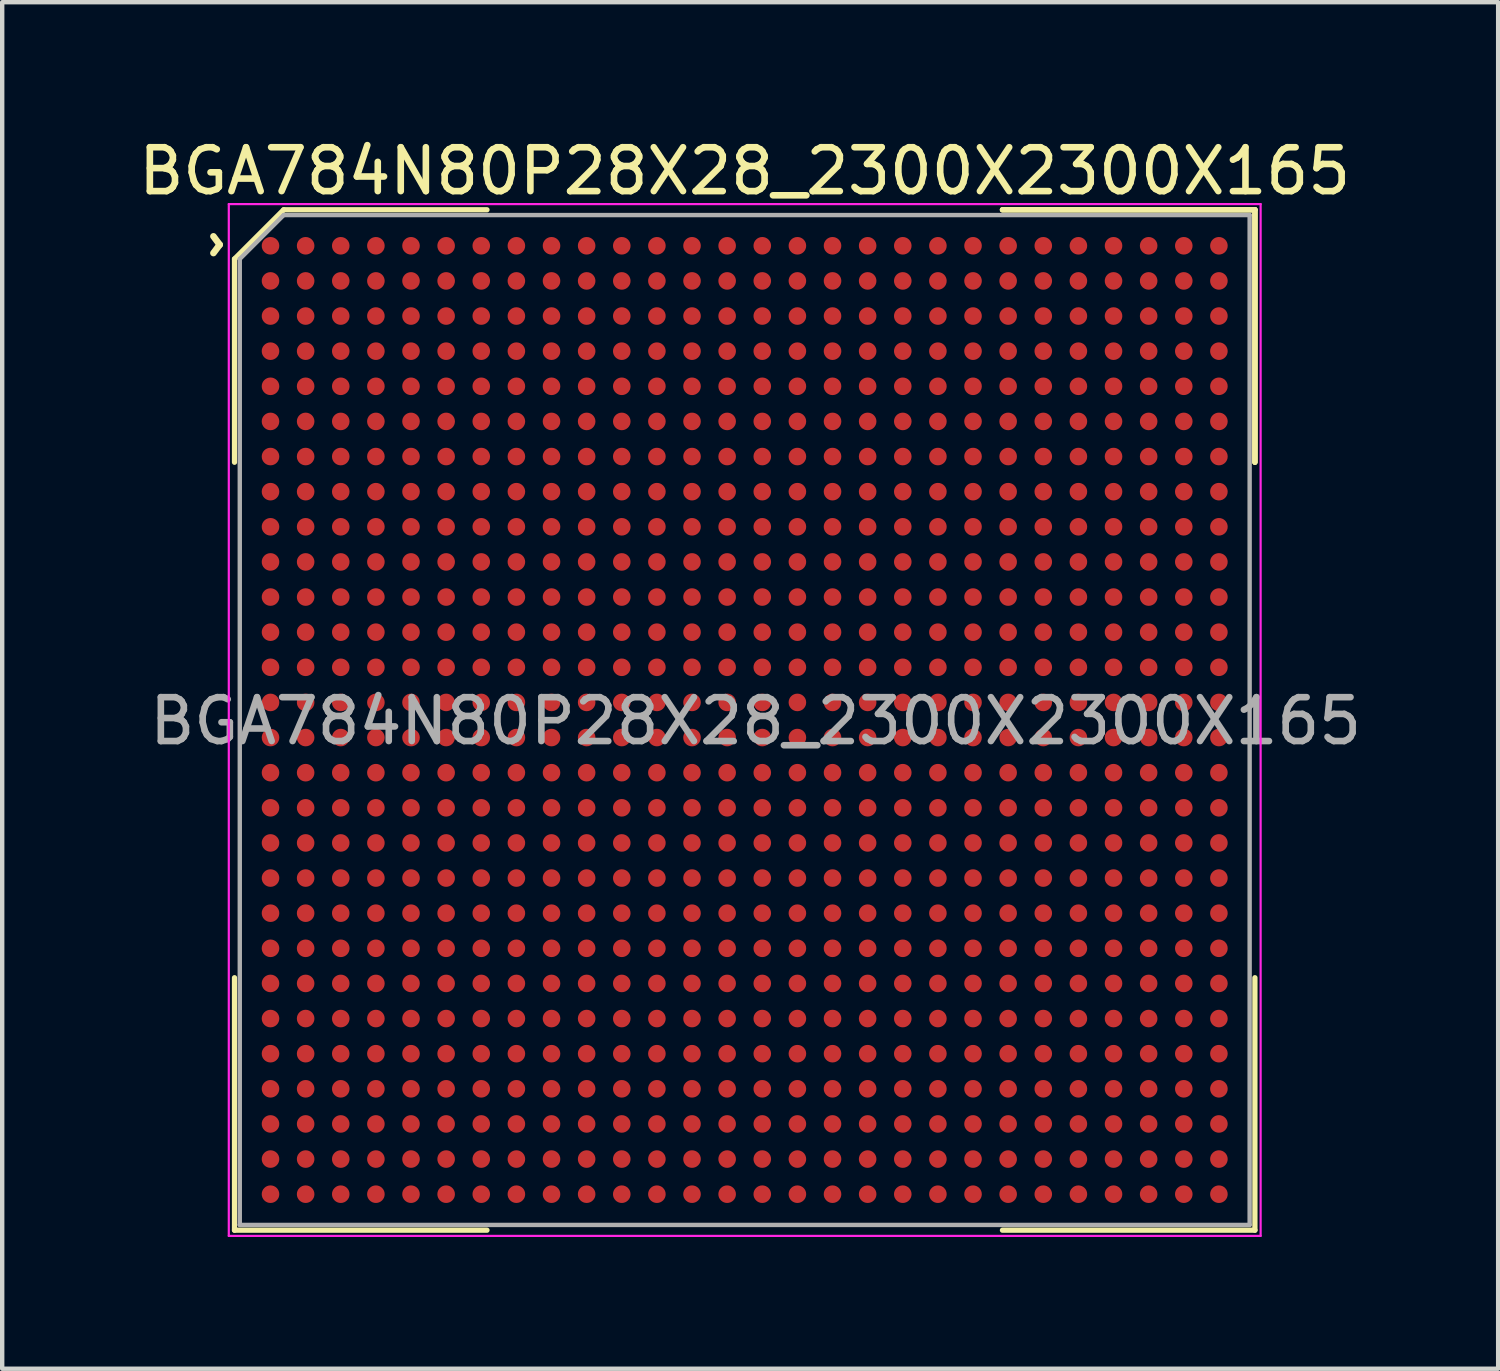
<source format=kicad_pcb>
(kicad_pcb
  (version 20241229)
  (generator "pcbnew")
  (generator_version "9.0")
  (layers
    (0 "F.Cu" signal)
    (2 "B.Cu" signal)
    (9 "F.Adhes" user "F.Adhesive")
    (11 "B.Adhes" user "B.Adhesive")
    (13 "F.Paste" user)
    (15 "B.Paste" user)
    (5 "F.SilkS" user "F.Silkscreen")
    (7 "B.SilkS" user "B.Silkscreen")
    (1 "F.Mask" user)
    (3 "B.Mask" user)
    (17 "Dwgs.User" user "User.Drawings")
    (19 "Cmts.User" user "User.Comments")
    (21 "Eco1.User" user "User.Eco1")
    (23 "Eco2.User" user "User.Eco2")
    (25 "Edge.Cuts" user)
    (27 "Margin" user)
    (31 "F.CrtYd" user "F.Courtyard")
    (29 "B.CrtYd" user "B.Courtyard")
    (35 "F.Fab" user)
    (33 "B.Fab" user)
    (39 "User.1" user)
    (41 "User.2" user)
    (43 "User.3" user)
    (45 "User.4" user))
  (footprint "BGA784N80P28X28_2300X2300X165"
    (layer "F.Cu")
    (at 13.911 13.348)
    (property "Reference" "BGA784N80P28X28_2300X2300X165" (at 0 -12.5 0) (layer "F.SilkS") (effects (font (size 1 1) (thickness 0.15))))
    (attr through_hole)
    (fp_line (start -11.62 -10.5) (end -11.62 -5.87) (stroke (width 0.12) (type solid)) (layer "F.SilkS"))
    (fp_line (start -11.62 11.62) (end -11.62 5.87) (stroke (width 0.12) (type solid)) (layer "F.SilkS"))
    (fp_line (start -10.5 -11.62) (end -11.62 -10.5) (stroke (width 0.12) (type solid)) (layer "F.SilkS"))
    (fp_line (start -5.87 -11.62) (end -10.5 -11.62) (stroke (width 0.12) (type solid)) (layer "F.SilkS"))
    (fp_line (start -5.87 11.62) (end -11.62 11.62) (stroke (width 0.12) (type solid)) (layer "F.SilkS"))
    (fp_line (start 5.87 -11.62) (end 11.62 -11.62) (stroke (width 0.12) (type solid)) (layer "F.SilkS"))
    (fp_line (start 5.87 -11.62) (end 11.62 -11.62) (stroke (width 0.12) (type solid)) (layer "F.SilkS"))
    (fp_line (start 5.87 -11.62) (end 11.62 -11.62) (stroke (width 0.12) (type solid)) (layer "F.SilkS"))
    (fp_line (start 5.87 11.62) (end 11.62 11.62) (stroke (width 0.12) (type solid)) (layer "F.SilkS"))
    (fp_line (start 11.62 -11.62) (end 11.62 -5.87) (stroke (width 0.12) (type solid)) (layer "F.SilkS"))
    (fp_line (start 11.62 -11.62) (end 11.62 -5.87) (stroke (width 0.12) (type solid)) (layer "F.SilkS"))
    (fp_line (start 11.62 -11.62) (end 11.62 -5.87) (stroke (width 0.12) (type solid)) (layer "F.SilkS"))
    (fp_line (start 11.62 11.62) (end 11.62 5.87) (stroke (width 0.12) (type solid)) (layer "F.SilkS"))
    (fp_line (start -11.75 -11.75) (end 11.75 -11.75) (stroke (width 0.05) (type solid)) (layer "F.CrtYd"))
    (fp_line (start -11.75 11.75) (end -11.75 -11.75) (stroke (width 0.05) (type solid)) (layer "F.CrtYd"))
    (fp_line (start 11.75 -11.75) (end 11.75 11.75) (stroke (width 0.05) (type solid)) (layer "F.CrtYd"))
    (fp_line (start 11.75 11.75) (end -11.75 11.75) (stroke (width 0.05) (type solid)) (layer "F.CrtYd"))
    (fp_line (start -11.5 -10.5) (end -11.5 11.5) (stroke (width 0.1) (type solid)) (layer "F.Fab"))
    (fp_line (start -11.5 11.5) (end 11.5 11.5) (stroke (width 0.1) (type solid)) (layer "F.Fab"))
    (fp_line (start -10.5 -11.5) (end -11.5 -10.5) (stroke (width 0.1) (type solid)) (layer "F.Fab"))
    (fp_line (start 11.5 -11.5) (end -10.5 -11.5) (stroke (width 0.1) (type solid)) (layer "F.Fab"))
    (fp_line (start 11.5 11.5) (end 11.5 -11.5) (stroke (width 0.1) (type solid)) (layer "F.Fab"))
    (fp_text user "^" (at -12.55 -10.825 270) (unlocked yes) (layer "F.SilkS") (effects (font (size 1 1) (thickness 0.15))))
    (fp_text user "${REFERENCE}" (at 0.25 0.025 0) (unlocked yes) (layer "F.Fab") (effects (font (size 1 1) (thickness 0.15))))
    (pad "A1" smd circle (at -10.8 -10.8) (size 0.4 0.4) (layers "F.Cu" "F.Mask" "F.Paste"))
    (pad "A2" smd circle (at -10 -10.8) (size 0.4 0.4) (layers "F.Cu" "F.Mask" "F.Paste"))
    (pad "A3" smd circle (at -9.2 -10.8) (size 0.4 0.4) (layers "F.Cu" "F.Mask" "F.Paste"))
    (pad "A4" smd circle (at -8.4 -10.8) (size 0.4 0.4) (layers "F.Cu" "F.Mask" "F.Paste"))
    (pad "A5" smd circle (at -7.6 -10.8) (size 0.4 0.4) (layers "F.Cu" "F.Mask" "F.Paste"))
    (pad "A6" smd circle (at -6.8 -10.8) (size 0.4 0.4) (layers "F.Cu" "F.Mask" "F.Paste"))
    (pad "A7" smd circle (at -6 -10.8) (size 0.4 0.4) (layers "F.Cu" "F.Mask" "F.Paste"))
    (pad "A8" smd circle (at -5.2 -10.8) (size 0.4 0.4) (layers "F.Cu" "F.Mask" "F.Paste"))
    (pad "A9" smd circle (at -4.4 -10.8) (size 0.4 0.4) (layers "F.Cu" "F.Mask" "F.Paste"))
    (pad "A10" smd circle (at -3.6 -10.8) (size 0.4 0.4) (layers "F.Cu" "F.Mask" "F.Paste"))
    (pad "A11" smd circle (at -2.8 -10.8) (size 0.4 0.4) (layers "F.Cu" "F.Mask" "F.Paste"))
    (pad "A12" smd circle (at -2 -10.8) (size 0.4 0.4) (layers "F.Cu" "F.Mask" "F.Paste"))
    (pad "A13" smd circle (at -1.2 -10.8) (size 0.4 0.4) (layers "F.Cu" "F.Mask" "F.Paste"))
    (pad "A14" smd circle (at -0.4 -10.8) (size 0.4 0.4) (layers "F.Cu" "F.Mask" "F.Paste"))
    (pad "A15" smd circle (at 0.4 -10.8) (size 0.4 0.4) (layers "F.Cu" "F.Mask" "F.Paste"))
    (pad "A16" smd circle (at 1.2 -10.8) (size 0.4 0.4) (layers "F.Cu" "F.Mask" "F.Paste"))
    (pad "A17" smd circle (at 2 -10.8) (size 0.4 0.4) (layers "F.Cu" "F.Mask" "F.Paste"))
    (pad "A18" smd circle (at 2.8 -10.8) (size 0.4 0.4) (layers "F.Cu" "F.Mask" "F.Paste"))
    (pad "A19" smd circle (at 3.6 -10.8) (size 0.4 0.4) (layers "F.Cu" "F.Mask" "F.Paste"))
    (pad "A20" smd circle (at 4.4 -10.8) (size 0.4 0.4) (layers "F.Cu" "F.Mask" "F.Paste"))
    (pad "A21" smd circle (at 5.2 -10.8) (size 0.4 0.4) (layers "F.Cu" "F.Mask" "F.Paste"))
    (pad "A22" smd circle (at 6 -10.8) (size 0.4 0.4) (layers "F.Cu" "F.Mask" "F.Paste"))
    (pad "A23" smd circle (at 6.8 -10.8) (size 0.4 0.4) (layers "F.Cu" "F.Mask" "F.Paste"))
    (pad "A24" smd circle (at 7.6 -10.8) (size 0.4 0.4) (layers "F.Cu" "F.Mask" "F.Paste"))
    (pad "A25" smd circle (at 8.4 -10.8) (size 0.4 0.4) (layers "F.Cu" "F.Mask" "F.Paste"))
    (pad "A26" smd circle (at 9.2 -10.8) (size 0.4 0.4) (layers "F.Cu" "F.Mask" "F.Paste"))
    (pad "A27" smd circle (at 10 -10.8) (size 0.4 0.4) (layers "F.Cu" "F.Mask" "F.Paste"))
    (pad "A28" smd circle (at 10.8 -10.8) (size 0.4 0.4) (layers "F.Cu" "F.Mask" "F.Paste"))
    (pad "AA1" smd circle (at -10.8 5.2) (size 0.4 0.4) (layers "F.Cu" "F.Mask" "F.Paste"))
    (pad "AA2" smd circle (at -10 5.2) (size 0.4 0.4) (layers "F.Cu" "F.Mask" "F.Paste"))
    (pad "AA3" smd circle (at -9.2 5.2) (size 0.4 0.4) (layers "F.Cu" "F.Mask" "F.Paste"))
    (pad "AA4" smd circle (at -8.4 5.2) (size 0.4 0.4) (layers "F.Cu" "F.Mask" "F.Paste"))
    (pad "AA5" smd circle (at -7.6 5.2) (size 0.4 0.4) (layers "F.Cu" "F.Mask" "F.Paste"))
    (pad "AA6" smd circle (at -6.8 5.2) (size 0.4 0.4) (layers "F.Cu" "F.Mask" "F.Paste"))
    (pad "AA7" smd circle (at -6 5.2) (size 0.4 0.4) (layers "F.Cu" "F.Mask" "F.Paste"))
    (pad "AA8" smd circle (at -5.2 5.2) (size 0.4 0.4) (layers "F.Cu" "F.Mask" "F.Paste"))
    (pad "AA9" smd circle (at -4.4 5.2) (size 0.4 0.4) (layers "F.Cu" "F.Mask" "F.Paste"))
    (pad "AA10" smd circle (at -3.6 5.2) (size 0.4 0.4) (layers "F.Cu" "F.Mask" "F.Paste"))
    (pad "AA11" smd circle (at -2.8 5.2) (size 0.4 0.4) (layers "F.Cu" "F.Mask" "F.Paste"))
    (pad "AA12" smd circle (at -2 5.2) (size 0.4 0.4) (layers "F.Cu" "F.Mask" "F.Paste"))
    (pad "AA13" smd circle (at -1.2 5.2) (size 0.4 0.4) (layers "F.Cu" "F.Mask" "F.Paste"))
    (pad "AA14" smd circle (at -0.4 5.2) (size 0.4 0.4) (layers "F.Cu" "F.Mask" "F.Paste"))
    (pad "AA15" smd circle (at 0.4 5.2) (size 0.4 0.4) (layers "F.Cu" "F.Mask" "F.Paste"))
    (pad "AA16" smd circle (at 1.2 5.2) (size 0.4 0.4) (layers "F.Cu" "F.Mask" "F.Paste"))
    (pad "AA17" smd circle (at 2 5.2) (size 0.4 0.4) (layers "F.Cu" "F.Mask" "F.Paste"))
    (pad "AA18" smd circle (at 2.8 5.2) (size 0.4 0.4) (layers "F.Cu" "F.Mask" "F.Paste"))
    (pad "AA19" smd circle (at 3.6 5.2) (size 0.4 0.4) (layers "F.Cu" "F.Mask" "F.Paste"))
    (pad "AA20" smd circle (at 4.4 5.2) (size 0.4 0.4) (layers "F.Cu" "F.Mask" "F.Paste"))
    (pad "AA21" smd circle (at 5.2 5.2) (size 0.4 0.4) (layers "F.Cu" "F.Mask" "F.Paste"))
    (pad "AA22" smd circle (at 6 5.2) (size 0.4 0.4) (layers "F.Cu" "F.Mask" "F.Paste"))
    (pad "AA23" smd circle (at 6.8 5.2) (size 0.4 0.4) (layers "F.Cu" "F.Mask" "F.Paste"))
    (pad "AA24" smd circle (at 7.6 5.2) (size 0.4 0.4) (layers "F.Cu" "F.Mask" "F.Paste"))
    (pad "AA25" smd circle (at 8.4 5.2) (size 0.4 0.4) (layers "F.Cu" "F.Mask" "F.Paste"))
    (pad "AA26" smd circle (at 9.2 5.2) (size 0.4 0.4) (layers "F.Cu" "F.Mask" "F.Paste"))
    (pad "AA27" smd circle (at 10 5.2) (size 0.4 0.4) (layers "F.Cu" "F.Mask" "F.Paste"))
    (pad "AA28" smd circle (at 10.8 5.2) (size 0.4 0.4) (layers "F.Cu" "F.Mask" "F.Paste"))
    (pad "AB1" smd circle (at -10.8 6) (size 0.4 0.4) (layers "F.Cu" "F.Mask" "F.Paste"))
    (pad "AB2" smd circle (at -10 6) (size 0.4 0.4) (layers "F.Cu" "F.Mask" "F.Paste"))
    (pad "AB3" smd circle (at -9.2 6) (size 0.4 0.4) (layers "F.Cu" "F.Mask" "F.Paste"))
    (pad "AB4" smd circle (at -8.4 6) (size 0.4 0.4) (layers "F.Cu" "F.Mask" "F.Paste"))
    (pad "AB5" smd circle (at -7.6 6) (size 0.4 0.4) (layers "F.Cu" "F.Mask" "F.Paste"))
    (pad "AB6" smd circle (at -6.8 6) (size 0.4 0.4) (layers "F.Cu" "F.Mask" "F.Paste"))
    (pad "AB7" smd circle (at -6 6) (size 0.4 0.4) (layers "F.Cu" "F.Mask" "F.Paste"))
    (pad "AB8" smd circle (at -5.2 6) (size 0.4 0.4) (layers "F.Cu" "F.Mask" "F.Paste"))
    (pad "AB9" smd circle (at -4.4 6) (size 0.4 0.4) (layers "F.Cu" "F.Mask" "F.Paste"))
    (pad "AB10" smd circle (at -3.6 6) (size 0.4 0.4) (layers "F.Cu" "F.Mask" "F.Paste"))
    (pad "AB11" smd circle (at -2.8 6) (size 0.4 0.4) (layers "F.Cu" "F.Mask" "F.Paste"))
    (pad "AB12" smd circle (at -2 6) (size 0.4 0.4) (layers "F.Cu" "F.Mask" "F.Paste"))
    (pad "AB13" smd circle (at -1.2 6) (size 0.4 0.4) (layers "F.Cu" "F.Mask" "F.Paste"))
    (pad "AB14" smd circle (at -0.4 6) (size 0.4 0.4) (layers "F.Cu" "F.Mask" "F.Paste"))
    (pad "AB15" smd circle (at 0.4 6) (size 0.4 0.4) (layers "F.Cu" "F.Mask" "F.Paste"))
    (pad "AB16" smd circle (at 1.2 6) (size 0.4 0.4) (layers "F.Cu" "F.Mask" "F.Paste"))
    (pad "AB17" smd circle (at 2 6) (size 0.4 0.4) (layers "F.Cu" "F.Mask" "F.Paste"))
    (pad "AB18" smd circle (at 2.8 6) (size 0.4 0.4) (layers "F.Cu" "F.Mask" "F.Paste"))
    (pad "AB19" smd circle (at 3.6 6) (size 0.4 0.4) (layers "F.Cu" "F.Mask" "F.Paste"))
    (pad "AB20" smd circle (at 4.4 6) (size 0.4 0.4) (layers "F.Cu" "F.Mask" "F.Paste"))
    (pad "AB21" smd circle (at 5.2 6) (size 0.4 0.4) (layers "F.Cu" "F.Mask" "F.Paste"))
    (pad "AB22" smd circle (at 6 6) (size 0.4 0.4) (layers "F.Cu" "F.Mask" "F.Paste"))
    (pad "AB23" smd circle (at 6.8 6) (size 0.4 0.4) (layers "F.Cu" "F.Mask" "F.Paste"))
    (pad "AB24" smd circle (at 7.6 6) (size 0.4 0.4) (layers "F.Cu" "F.Mask" "F.Paste"))
    (pad "AB25" smd circle (at 8.4 6) (size 0.4 0.4) (layers "F.Cu" "F.Mask" "F.Paste"))
    (pad "AB26" smd circle (at 9.2 6) (size 0.4 0.4) (layers "F.Cu" "F.Mask" "F.Paste"))
    (pad "AB27" smd circle (at 10 6) (size 0.4 0.4) (layers "F.Cu" "F.Mask" "F.Paste"))
    (pad "AB28" smd circle (at 10.8 6) (size 0.4 0.4) (layers "F.Cu" "F.Mask" "F.Paste"))
    (pad "AC1" smd circle (at -10.8 6.8) (size 0.4 0.4) (layers "F.Cu" "F.Mask" "F.Paste"))
    (pad "AC2" smd circle (at -10 6.8) (size 0.4 0.4) (layers "F.Cu" "F.Mask" "F.Paste"))
    (pad "AC3" smd circle (at -9.2 6.8) (size 0.4 0.4) (layers "F.Cu" "F.Mask" "F.Paste"))
    (pad "AC4" smd circle (at -8.4 6.8) (size 0.4 0.4) (layers "F.Cu" "F.Mask" "F.Paste"))
    (pad "AC5" smd circle (at -7.6 6.8) (size 0.4 0.4) (layers "F.Cu" "F.Mask" "F.Paste"))
    (pad "AC6" smd circle (at -6.8 6.8) (size 0.4 0.4) (layers "F.Cu" "F.Mask" "F.Paste"))
    (pad "AC7" smd circle (at -6 6.8) (size 0.4 0.4) (layers "F.Cu" "F.Mask" "F.Paste"))
    (pad "AC8" smd circle (at -5.2 6.8) (size 0.4 0.4) (layers "F.Cu" "F.Mask" "F.Paste"))
    (pad "AC9" smd circle (at -4.4 6.8) (size 0.4 0.4) (layers "F.Cu" "F.Mask" "F.Paste"))
    (pad "AC10" smd circle (at -3.6 6.8) (size 0.4 0.4) (layers "F.Cu" "F.Mask" "F.Paste"))
    (pad "AC11" smd circle (at -2.8 6.8) (size 0.4 0.4) (layers "F.Cu" "F.Mask" "F.Paste"))
    (pad "AC12" smd circle (at -2 6.8) (size 0.4 0.4) (layers "F.Cu" "F.Mask" "F.Paste"))
    (pad "AC13" smd circle (at -1.2 6.8) (size 0.4 0.4) (layers "F.Cu" "F.Mask" "F.Paste"))
    (pad "AC14" smd circle (at -0.4 6.8) (size 0.4 0.4) (layers "F.Cu" "F.Mask" "F.Paste"))
    (pad "AC15" smd circle (at 0.4 6.8) (size 0.4 0.4) (layers "F.Cu" "F.Mask" "F.Paste"))
    (pad "AC16" smd circle (at 1.2 6.8) (size 0.4 0.4) (layers "F.Cu" "F.Mask" "F.Paste"))
    (pad "AC17" smd circle (at 2 6.8) (size 0.4 0.4) (layers "F.Cu" "F.Mask" "F.Paste"))
    (pad "AC18" smd circle (at 2.8 6.8) (size 0.4 0.4) (layers "F.Cu" "F.Mask" "F.Paste"))
    (pad "AC19" smd circle (at 3.6 6.8) (size 0.4 0.4) (layers "F.Cu" "F.Mask" "F.Paste"))
    (pad "AC20" smd circle (at 4.4 6.8) (size 0.4 0.4) (layers "F.Cu" "F.Mask" "F.Paste"))
    (pad "AC21" smd circle (at 5.2 6.8) (size 0.4 0.4) (layers "F.Cu" "F.Mask" "F.Paste"))
    (pad "AC22" smd circle (at 6 6.8) (size 0.4 0.4) (layers "F.Cu" "F.Mask" "F.Paste"))
    (pad "AC23" smd circle (at 6.8 6.8) (size 0.4 0.4) (layers "F.Cu" "F.Mask" "F.Paste"))
    (pad "AC24" smd circle (at 7.6 6.8) (size 0.4 0.4) (layers "F.Cu" "F.Mask" "F.Paste"))
    (pad "AC25" smd circle (at 8.4 6.8) (size 0.4 0.4) (layers "F.Cu" "F.Mask" "F.Paste"))
    (pad "AC26" smd circle (at 9.2 6.8) (size 0.4 0.4) (layers "F.Cu" "F.Mask" "F.Paste"))
    (pad "AC27" smd circle (at 10 6.8) (size 0.4 0.4) (layers "F.Cu" "F.Mask" "F.Paste"))
    (pad "AC28" smd circle (at 10.8 6.8) (size 0.4 0.4) (layers "F.Cu" "F.Mask" "F.Paste"))
    (pad "AD1" smd circle (at -10.8 7.6) (size 0.4 0.4) (layers "F.Cu" "F.Mask" "F.Paste"))
    (pad "AD2" smd circle (at -10 7.6) (size 0.4 0.4) (layers "F.Cu" "F.Mask" "F.Paste"))
    (pad "AD3" smd circle (at -9.2 7.6) (size 0.4 0.4) (layers "F.Cu" "F.Mask" "F.Paste"))
    (pad "AD4" smd circle (at -8.4 7.6) (size 0.4 0.4) (layers "F.Cu" "F.Mask" "F.Paste"))
    (pad "AD5" smd circle (at -7.6 7.6) (size 0.4 0.4) (layers "F.Cu" "F.Mask" "F.Paste"))
    (pad "AD6" smd circle (at -6.8 7.6) (size 0.4 0.4) (layers "F.Cu" "F.Mask" "F.Paste"))
    (pad "AD7" smd circle (at -6 7.6) (size 0.4 0.4) (layers "F.Cu" "F.Mask" "F.Paste"))
    (pad "AD8" smd circle (at -5.2 7.6) (size 0.4 0.4) (layers "F.Cu" "F.Mask" "F.Paste"))
    (pad "AD9" smd circle (at -4.4 7.6) (size 0.4 0.4) (layers "F.Cu" "F.Mask" "F.Paste"))
    (pad "AD10" smd circle (at -3.6 7.6) (size 0.4 0.4) (layers "F.Cu" "F.Mask" "F.Paste"))
    (pad "AD11" smd circle (at -2.8 7.6) (size 0.4 0.4) (layers "F.Cu" "F.Mask" "F.Paste"))
    (pad "AD12" smd circle (at -2 7.6) (size 0.4 0.4) (layers "F.Cu" "F.Mask" "F.Paste"))
    (pad "AD13" smd circle (at -1.2 7.6) (size 0.4 0.4) (layers "F.Cu" "F.Mask" "F.Paste"))
    (pad "AD14" smd circle (at -0.4 7.6) (size 0.4 0.4) (layers "F.Cu" "F.Mask" "F.Paste"))
    (pad "AD15" smd circle (at 0.4 7.6) (size 0.4 0.4) (layers "F.Cu" "F.Mask" "F.Paste"))
    (pad "AD16" smd circle (at 1.2 7.6) (size 0.4 0.4) (layers "F.Cu" "F.Mask" "F.Paste"))
    (pad "AD17" smd circle (at 2 7.6) (size 0.4 0.4) (layers "F.Cu" "F.Mask" "F.Paste"))
    (pad "AD18" smd circle (at 2.8 7.6) (size 0.4 0.4) (layers "F.Cu" "F.Mask" "F.Paste"))
    (pad "AD19" smd circle (at 3.6 7.6) (size 0.4 0.4) (layers "F.Cu" "F.Mask" "F.Paste"))
    (pad "AD20" smd circle (at 4.4 7.6) (size 0.4 0.4) (layers "F.Cu" "F.Mask" "F.Paste"))
    (pad "AD21" smd circle (at 5.2 7.6) (size 0.4 0.4) (layers "F.Cu" "F.Mask" "F.Paste"))
    (pad "AD22" smd circle (at 6 7.6) (size 0.4 0.4) (layers "F.Cu" "F.Mask" "F.Paste"))
    (pad "AD23" smd circle (at 6.8 7.6) (size 0.4 0.4) (layers "F.Cu" "F.Mask" "F.Paste"))
    (pad "AD24" smd circle (at 7.6 7.6) (size 0.4 0.4) (layers "F.Cu" "F.Mask" "F.Paste"))
    (pad "AD25" smd circle (at 8.4 7.6) (size 0.4 0.4) (layers "F.Cu" "F.Mask" "F.Paste"))
    (pad "AD26" smd circle (at 9.2 7.6) (size 0.4 0.4) (layers "F.Cu" "F.Mask" "F.Paste"))
    (pad "AD27" smd circle (at 10 7.6) (size 0.4 0.4) (layers "F.Cu" "F.Mask" "F.Paste"))
    (pad "AD28" smd circle (at 10.8 7.6) (size 0.4 0.4) (layers "F.Cu" "F.Mask" "F.Paste"))
    (pad "AE1" smd circle (at -10.8 8.4) (size 0.4 0.4) (layers "F.Cu" "F.Mask" "F.Paste"))
    (pad "AE2" smd circle (at -10 8.4) (size 0.4 0.4) (layers "F.Cu" "F.Mask" "F.Paste"))
    (pad "AE3" smd circle (at -9.2 8.4) (size 0.4 0.4) (layers "F.Cu" "F.Mask" "F.Paste"))
    (pad "AE4" smd circle (at -8.4 8.4) (size 0.4 0.4) (layers "F.Cu" "F.Mask" "F.Paste"))
    (pad "AE5" smd circle (at -7.6 8.4) (size 0.4 0.4) (layers "F.Cu" "F.Mask" "F.Paste"))
    (pad "AE6" smd circle (at -6.8 8.4) (size 0.4 0.4) (layers "F.Cu" "F.Mask" "F.Paste"))
    (pad "AE7" smd circle (at -6 8.4) (size 0.4 0.4) (layers "F.Cu" "F.Mask" "F.Paste"))
    (pad "AE8" smd circle (at -5.2 8.4) (size 0.4 0.4) (layers "F.Cu" "F.Mask" "F.Paste"))
    (pad "AE9" smd circle (at -4.4 8.4) (size 0.4 0.4) (layers "F.Cu" "F.Mask" "F.Paste"))
    (pad "AE10" smd circle (at -3.6 8.4) (size 0.4 0.4) (layers "F.Cu" "F.Mask" "F.Paste"))
    (pad "AE11" smd circle (at -2.8 8.4) (size 0.4 0.4) (layers "F.Cu" "F.Mask" "F.Paste"))
    (pad "AE12" smd circle (at -2 8.4) (size 0.4 0.4) (layers "F.Cu" "F.Mask" "F.Paste"))
    (pad "AE13" smd circle (at -1.2 8.4) (size 0.4 0.4) (layers "F.Cu" "F.Mask" "F.Paste"))
    (pad "AE14" smd circle (at -0.4 8.4) (size 0.4 0.4) (layers "F.Cu" "F.Mask" "F.Paste"))
    (pad "AE15" smd circle (at 0.4 8.4) (size 0.4 0.4) (layers "F.Cu" "F.Mask" "F.Paste"))
    (pad "AE16" smd circle (at 1.2 8.4) (size 0.4 0.4) (layers "F.Cu" "F.Mask" "F.Paste"))
    (pad "AE17" smd circle (at 2 8.4) (size 0.4 0.4) (layers "F.Cu" "F.Mask" "F.Paste"))
    (pad "AE18" smd circle (at 2.8 8.4) (size 0.4 0.4) (layers "F.Cu" "F.Mask" "F.Paste"))
    (pad "AE19" smd circle (at 3.6 8.4) (size 0.4 0.4) (layers "F.Cu" "F.Mask" "F.Paste"))
    (pad "AE20" smd circle (at 4.4 8.4) (size 0.4 0.4) (layers "F.Cu" "F.Mask" "F.Paste"))
    (pad "AE21" smd circle (at 5.2 8.4) (size 0.4 0.4) (layers "F.Cu" "F.Mask" "F.Paste"))
    (pad "AE22" smd circle (at 6 8.4) (size 0.4 0.4) (layers "F.Cu" "F.Mask" "F.Paste"))
    (pad "AE23" smd circle (at 6.8 8.4) (size 0.4 0.4) (layers "F.Cu" "F.Mask" "F.Paste"))
    (pad "AE24" smd circle (at 7.6 8.4) (size 0.4 0.4) (layers "F.Cu" "F.Mask" "F.Paste"))
    (pad "AE25" smd circle (at 8.4 8.4) (size 0.4 0.4) (layers "F.Cu" "F.Mask" "F.Paste"))
    (pad "AE26" smd circle (at 9.2 8.4) (size 0.4 0.4) (layers "F.Cu" "F.Mask" "F.Paste"))
    (pad "AE27" smd circle (at 10 8.4) (size 0.4 0.4) (layers "F.Cu" "F.Mask" "F.Paste"))
    (pad "AE28" smd circle (at 10.8 8.4) (size 0.4 0.4) (layers "F.Cu" "F.Mask" "F.Paste"))
    (pad "AF1" smd circle (at -10.8 9.2) (size 0.4 0.4) (layers "F.Cu" "F.Mask" "F.Paste"))
    (pad "AF2" smd circle (at -10 9.2) (size 0.4 0.4) (layers "F.Cu" "F.Mask" "F.Paste"))
    (pad "AF3" smd circle (at -9.2 9.2) (size 0.4 0.4) (layers "F.Cu" "F.Mask" "F.Paste"))
    (pad "AF4" smd circle (at -8.4 9.2) (size 0.4 0.4) (layers "F.Cu" "F.Mask" "F.Paste"))
    (pad "AF5" smd circle (at -7.6 9.2) (size 0.4 0.4) (layers "F.Cu" "F.Mask" "F.Paste"))
    (pad "AF6" smd circle (at -6.8 9.2) (size 0.4 0.4) (layers "F.Cu" "F.Mask" "F.Paste"))
    (pad "AF7" smd circle (at -6 9.2) (size 0.4 0.4) (layers "F.Cu" "F.Mask" "F.Paste"))
    (pad "AF8" smd circle (at -5.2 9.2) (size 0.4 0.4) (layers "F.Cu" "F.Mask" "F.Paste"))
    (pad "AF9" smd circle (at -4.4 9.2) (size 0.4 0.4) (layers "F.Cu" "F.Mask" "F.Paste"))
    (pad "AF10" smd circle (at -3.6 9.2) (size 0.4 0.4) (layers "F.Cu" "F.Mask" "F.Paste"))
    (pad "AF11" smd circle (at -2.8 9.2) (size 0.4 0.4) (layers "F.Cu" "F.Mask" "F.Paste"))
    (pad "AF12" smd circle (at -2 9.2) (size 0.4 0.4) (layers "F.Cu" "F.Mask" "F.Paste"))
    (pad "AF13" smd circle (at -1.2 9.2) (size 0.4 0.4) (layers "F.Cu" "F.Mask" "F.Paste"))
    (pad "AF14" smd circle (at -0.4 9.2) (size 0.4 0.4) (layers "F.Cu" "F.Mask" "F.Paste"))
    (pad "AF15" smd circle (at 0.4 9.2) (size 0.4 0.4) (layers "F.Cu" "F.Mask" "F.Paste"))
    (pad "AF16" smd circle (at 1.2 9.2) (size 0.4 0.4) (layers "F.Cu" "F.Mask" "F.Paste"))
    (pad "AF17" smd circle (at 2 9.2) (size 0.4 0.4) (layers "F.Cu" "F.Mask" "F.Paste"))
    (pad "AF18" smd circle (at 2.8 9.2) (size 0.4 0.4) (layers "F.Cu" "F.Mask" "F.Paste"))
    (pad "AF19" smd circle (at 3.6 9.2) (size 0.4 0.4) (layers "F.Cu" "F.Mask" "F.Paste"))
    (pad "AF20" smd circle (at 4.4 9.2) (size 0.4 0.4) (layers "F.Cu" "F.Mask" "F.Paste"))
    (pad "AF21" smd circle (at 5.2 9.2) (size 0.4 0.4) (layers "F.Cu" "F.Mask" "F.Paste"))
    (pad "AF22" smd circle (at 6 9.2) (size 0.4 0.4) (layers "F.Cu" "F.Mask" "F.Paste"))
    (pad "AF23" smd circle (at 6.8 9.2) (size 0.4 0.4) (layers "F.Cu" "F.Mask" "F.Paste"))
    (pad "AF24" smd circle (at 7.6 9.2) (size 0.4 0.4) (layers "F.Cu" "F.Mask" "F.Paste"))
    (pad "AF25" smd circle (at 8.4 9.2) (size 0.4 0.4) (layers "F.Cu" "F.Mask" "F.Paste"))
    (pad "AF26" smd circle (at 9.2 9.2) (size 0.4 0.4) (layers "F.Cu" "F.Mask" "F.Paste"))
    (pad "AF27" smd circle (at 10 9.2) (size 0.4 0.4) (layers "F.Cu" "F.Mask" "F.Paste"))
    (pad "AF28" smd circle (at 10.8 9.2) (size 0.4 0.4) (layers "F.Cu" "F.Mask" "F.Paste"))
    (pad "AG1" smd circle (at -10.8 10) (size 0.4 0.4) (layers "F.Cu" "F.Mask" "F.Paste"))
    (pad "AG2" smd circle (at -10 10) (size 0.4 0.4) (layers "F.Cu" "F.Mask" "F.Paste"))
    (pad "AG3" smd circle (at -9.2 10) (size 0.4 0.4) (layers "F.Cu" "F.Mask" "F.Paste"))
    (pad "AG4" smd circle (at -8.4 10) (size 0.4 0.4) (layers "F.Cu" "F.Mask" "F.Paste"))
    (pad "AG5" smd circle (at -7.6 10) (size 0.4 0.4) (layers "F.Cu" "F.Mask" "F.Paste"))
    (pad "AG6" smd circle (at -6.8 10) (size 0.4 0.4) (layers "F.Cu" "F.Mask" "F.Paste"))
    (pad "AG7" smd circle (at -6 10) (size 0.4 0.4) (layers "F.Cu" "F.Mask" "F.Paste"))
    (pad "AG8" smd circle (at -5.2 10) (size 0.4 0.4) (layers "F.Cu" "F.Mask" "F.Paste"))
    (pad "AG9" smd circle (at -4.4 10) (size 0.4 0.4) (layers "F.Cu" "F.Mask" "F.Paste"))
    (pad "AG10" smd circle (at -3.6 10) (size 0.4 0.4) (layers "F.Cu" "F.Mask" "F.Paste"))
    (pad "AG11" smd circle (at -2.8 10) (size 0.4 0.4) (layers "F.Cu" "F.Mask" "F.Paste"))
    (pad "AG12" smd circle (at -2 10) (size 0.4 0.4) (layers "F.Cu" "F.Mask" "F.Paste"))
    (pad "AG13" smd circle (at -1.2 10) (size 0.4 0.4) (layers "F.Cu" "F.Mask" "F.Paste"))
    (pad "AG14" smd circle (at -0.4 10) (size 0.4 0.4) (layers "F.Cu" "F.Mask" "F.Paste"))
    (pad "AG15" smd circle (at 0.4 10) (size 0.4 0.4) (layers "F.Cu" "F.Mask" "F.Paste"))
    (pad "AG16" smd circle (at 1.2 10) (size 0.4 0.4) (layers "F.Cu" "F.Mask" "F.Paste"))
    (pad "AG17" smd circle (at 2 10) (size 0.4 0.4) (layers "F.Cu" "F.Mask" "F.Paste"))
    (pad "AG18" smd circle (at 2.8 10) (size 0.4 0.4) (layers "F.Cu" "F.Mask" "F.Paste"))
    (pad "AG19" smd circle (at 3.6 10) (size 0.4 0.4) (layers "F.Cu" "F.Mask" "F.Paste"))
    (pad "AG20" smd circle (at 4.4 10) (size 0.4 0.4) (layers "F.Cu" "F.Mask" "F.Paste"))
    (pad "AG21" smd circle (at 5.2 10) (size 0.4 0.4) (layers "F.Cu" "F.Mask" "F.Paste"))
    (pad "AG22" smd circle (at 6 10) (size 0.4 0.4) (layers "F.Cu" "F.Mask" "F.Paste"))
    (pad "AG23" smd circle (at 6.8 10) (size 0.4 0.4) (layers "F.Cu" "F.Mask" "F.Paste"))
    (pad "AG24" smd circle (at 7.6 10) (size 0.4 0.4) (layers "F.Cu" "F.Mask" "F.Paste"))
    (pad "AG25" smd circle (at 8.4 10) (size 0.4 0.4) (layers "F.Cu" "F.Mask" "F.Paste"))
    (pad "AG26" smd circle (at 9.2 10) (size 0.4 0.4) (layers "F.Cu" "F.Mask" "F.Paste"))
    (pad "AG27" smd circle (at 10 10) (size 0.4 0.4) (layers "F.Cu" "F.Mask" "F.Paste"))
    (pad "AG28" smd circle (at 10.8 10) (size 0.4 0.4) (layers "F.Cu" "F.Mask" "F.Paste"))
    (pad "AH1" smd circle (at -10.8 10.8) (size 0.4 0.4) (layers "F.Cu" "F.Mask" "F.Paste"))
    (pad "AH2" smd circle (at -10 10.8) (size 0.4 0.4) (layers "F.Cu" "F.Mask" "F.Paste"))
    (pad "AH3" smd circle (at -9.2 10.8) (size 0.4 0.4) (layers "F.Cu" "F.Mask" "F.Paste"))
    (pad "AH4" smd circle (at -8.4 10.8) (size 0.4 0.4) (layers "F.Cu" "F.Mask" "F.Paste"))
    (pad "AH5" smd circle (at -7.6 10.8) (size 0.4 0.4) (layers "F.Cu" "F.Mask" "F.Paste"))
    (pad "AH6" smd circle (at -6.8 10.8) (size 0.4 0.4) (layers "F.Cu" "F.Mask" "F.Paste"))
    (pad "AH7" smd circle (at -6 10.8) (size 0.4 0.4) (layers "F.Cu" "F.Mask" "F.Paste"))
    (pad "AH8" smd circle (at -5.2 10.8) (size 0.4 0.4) (layers "F.Cu" "F.Mask" "F.Paste"))
    (pad "AH9" smd circle (at -4.4 10.8) (size 0.4 0.4) (layers "F.Cu" "F.Mask" "F.Paste"))
    (pad "AH10" smd circle (at -3.6 10.8) (size 0.4 0.4) (layers "F.Cu" "F.Mask" "F.Paste"))
    (pad "AH11" smd circle (at -2.8 10.8) (size 0.4 0.4) (layers "F.Cu" "F.Mask" "F.Paste"))
    (pad "AH12" smd circle (at -2 10.8) (size 0.4 0.4) (layers "F.Cu" "F.Mask" "F.Paste"))
    (pad "AH13" smd circle (at -1.2 10.8) (size 0.4 0.4) (layers "F.Cu" "F.Mask" "F.Paste"))
    (pad "AH14" smd circle (at -0.4 10.8) (size 0.4 0.4) (layers "F.Cu" "F.Mask" "F.Paste"))
    (pad "AH15" smd circle (at 0.4 10.8) (size 0.4 0.4) (layers "F.Cu" "F.Mask" "F.Paste"))
    (pad "AH16" smd circle (at 1.2 10.8) (size 0.4 0.4) (layers "F.Cu" "F.Mask" "F.Paste"))
    (pad "AH17" smd circle (at 2 10.8) (size 0.4 0.4) (layers "F.Cu" "F.Mask" "F.Paste"))
    (pad "AH18" smd circle (at 2.8 10.8) (size 0.4 0.4) (layers "F.Cu" "F.Mask" "F.Paste"))
    (pad "AH19" smd circle (at 3.6 10.8) (size 0.4 0.4) (layers "F.Cu" "F.Mask" "F.Paste"))
    (pad "AH20" smd circle (at 4.4 10.8) (size 0.4 0.4) (layers "F.Cu" "F.Mask" "F.Paste"))
    (pad "AH21" smd circle (at 5.2 10.8) (size 0.4 0.4) (layers "F.Cu" "F.Mask" "F.Paste"))
    (pad "AH22" smd circle (at 6 10.8) (size 0.4 0.4) (layers "F.Cu" "F.Mask" "F.Paste"))
    (pad "AH23" smd circle (at 6.8 10.8) (size 0.4 0.4) (layers "F.Cu" "F.Mask" "F.Paste"))
    (pad "AH24" smd circle (at 7.6 10.8) (size 0.4 0.4) (layers "F.Cu" "F.Mask" "F.Paste"))
    (pad "AH25" smd circle (at 8.4 10.8) (size 0.4 0.4) (layers "F.Cu" "F.Mask" "F.Paste"))
    (pad "AH26" smd circle (at 9.2 10.8) (size 0.4 0.4) (layers "F.Cu" "F.Mask" "F.Paste"))
    (pad "AH27" smd circle (at 10 10.8) (size 0.4 0.4) (layers "F.Cu" "F.Mask" "F.Paste"))
    (pad "AH28" smd circle (at 10.8 10.8) (size 0.4 0.4) (layers "F.Cu" "F.Mask" "F.Paste"))
    (pad "B1" smd circle (at -10.8 -10) (size 0.4 0.4) (layers "F.Cu" "F.Mask" "F.Paste"))
    (pad "B2" smd circle (at -10 -10) (size 0.4 0.4) (layers "F.Cu" "F.Mask" "F.Paste"))
    (pad "B3" smd circle (at -9.2 -10) (size 0.4 0.4) (layers "F.Cu" "F.Mask" "F.Paste"))
    (pad "B4" smd circle (at -8.4 -10) (size 0.4 0.4) (layers "F.Cu" "F.Mask" "F.Paste"))
    (pad "B5" smd circle (at -7.6 -10) (size 0.4 0.4) (layers "F.Cu" "F.Mask" "F.Paste"))
    (pad "B6" smd circle (at -6.8 -10) (size 0.4 0.4) (layers "F.Cu" "F.Mask" "F.Paste"))
    (pad "B7" smd circle (at -6 -10) (size 0.4 0.4) (layers "F.Cu" "F.Mask" "F.Paste"))
    (pad "B8" smd circle (at -5.2 -10) (size 0.4 0.4) (layers "F.Cu" "F.Mask" "F.Paste"))
    (pad "B9" smd circle (at -4.4 -10) (size 0.4 0.4) (layers "F.Cu" "F.Mask" "F.Paste"))
    (pad "B10" smd circle (at -3.6 -10) (size 0.4 0.4) (layers "F.Cu" "F.Mask" "F.Paste"))
    (pad "B11" smd circle (at -2.8 -10) (size 0.4 0.4) (layers "F.Cu" "F.Mask" "F.Paste"))
    (pad "B12" smd circle (at -2 -10) (size 0.4 0.4) (layers "F.Cu" "F.Mask" "F.Paste"))
    (pad "B13" smd circle (at -1.2 -10) (size 0.4 0.4) (layers "F.Cu" "F.Mask" "F.Paste"))
    (pad "B14" smd circle (at -0.4 -10) (size 0.4 0.4) (layers "F.Cu" "F.Mask" "F.Paste"))
    (pad "B15" smd circle (at 0.4 -10) (size 0.4 0.4) (layers "F.Cu" "F.Mask" "F.Paste"))
    (pad "B16" smd circle (at 1.2 -10) (size 0.4 0.4) (layers "F.Cu" "F.Mask" "F.Paste"))
    (pad "B17" smd circle (at 2 -10) (size 0.4 0.4) (layers "F.Cu" "F.Mask" "F.Paste"))
    (pad "B18" smd circle (at 2.8 -10) (size 0.4 0.4) (layers "F.Cu" "F.Mask" "F.Paste"))
    (pad "B19" smd circle (at 3.6 -10) (size 0.4 0.4) (layers "F.Cu" "F.Mask" "F.Paste"))
    (pad "B20" smd circle (at 4.4 -10) (size 0.4 0.4) (layers "F.Cu" "F.Mask" "F.Paste"))
    (pad "B21" smd circle (at 5.2 -10) (size 0.4 0.4) (layers "F.Cu" "F.Mask" "F.Paste"))
    (pad "B22" smd circle (at 6 -10) (size 0.4 0.4) (layers "F.Cu" "F.Mask" "F.Paste"))
    (pad "B23" smd circle (at 6.8 -10) (size 0.4 0.4) (layers "F.Cu" "F.Mask" "F.Paste"))
    (pad "B24" smd circle (at 7.6 -10) (size 0.4 0.4) (layers "F.Cu" "F.Mask" "F.Paste"))
    (pad "B25" smd circle (at 8.4 -10) (size 0.4 0.4) (layers "F.Cu" "F.Mask" "F.Paste"))
    (pad "B26" smd circle (at 9.2 -10) (size 0.4 0.4) (layers "F.Cu" "F.Mask" "F.Paste"))
    (pad "B27" smd circle (at 10 -10) (size 0.4 0.4) (layers "F.Cu" "F.Mask" "F.Paste"))
    (pad "B28" smd circle (at 10.8 -10) (size 0.4 0.4) (layers "F.Cu" "F.Mask" "F.Paste"))
    (pad "C1" smd circle (at -10.8 -9.2) (size 0.4 0.4) (layers "F.Cu" "F.Mask" "F.Paste"))
    (pad "C2" smd circle (at -10 -9.2) (size 0.4 0.4) (layers "F.Cu" "F.Mask" "F.Paste"))
    (pad "C3" smd circle (at -9.2 -9.2) (size 0.4 0.4) (layers "F.Cu" "F.Mask" "F.Paste"))
    (pad "C4" smd circle (at -8.4 -9.2) (size 0.4 0.4) (layers "F.Cu" "F.Mask" "F.Paste"))
    (pad "C5" smd circle (at -7.6 -9.2) (size 0.4 0.4) (layers "F.Cu" "F.Mask" "F.Paste"))
    (pad "C6" smd circle (at -6.8 -9.2) (size 0.4 0.4) (layers "F.Cu" "F.Mask" "F.Paste"))
    (pad "C7" smd circle (at -6 -9.2) (size 0.4 0.4) (layers "F.Cu" "F.Mask" "F.Paste"))
    (pad "C8" smd circle (at -5.2 -9.2) (size 0.4 0.4) (layers "F.Cu" "F.Mask" "F.Paste"))
    (pad "C9" smd circle (at -4.4 -9.2) (size 0.4 0.4) (layers "F.Cu" "F.Mask" "F.Paste"))
    (pad "C10" smd circle (at -3.6 -9.2) (size 0.4 0.4) (layers "F.Cu" "F.Mask" "F.Paste"))
    (pad "C11" smd circle (at -2.8 -9.2) (size 0.4 0.4) (layers "F.Cu" "F.Mask" "F.Paste"))
    (pad "C12" smd circle (at -2 -9.2) (size 0.4 0.4) (layers "F.Cu" "F.Mask" "F.Paste"))
    (pad "C13" smd circle (at -1.2 -9.2) (size 0.4 0.4) (layers "F.Cu" "F.Mask" "F.Paste"))
    (pad "C14" smd circle (at -0.4 -9.2) (size 0.4 0.4) (layers "F.Cu" "F.Mask" "F.Paste"))
    (pad "C15" smd circle (at 0.4 -9.2) (size 0.4 0.4) (layers "F.Cu" "F.Mask" "F.Paste"))
    (pad "C16" smd circle (at 1.2 -9.2) (size 0.4 0.4) (layers "F.Cu" "F.Mask" "F.Paste"))
    (pad "C17" smd circle (at 2 -9.2) (size 0.4 0.4) (layers "F.Cu" "F.Mask" "F.Paste"))
    (pad "C18" smd circle (at 2.8 -9.2) (size 0.4 0.4) (layers "F.Cu" "F.Mask" "F.Paste"))
    (pad "C19" smd circle (at 3.6 -9.2) (size 0.4 0.4) (layers "F.Cu" "F.Mask" "F.Paste"))
    (pad "C20" smd circle (at 4.4 -9.2) (size 0.4 0.4) (layers "F.Cu" "F.Mask" "F.Paste"))
    (pad "C21" smd circle (at 5.2 -9.2) (size 0.4 0.4) (layers "F.Cu" "F.Mask" "F.Paste"))
    (pad "C22" smd circle (at 6 -9.2) (size 0.4 0.4) (layers "F.Cu" "F.Mask" "F.Paste"))
    (pad "C23" smd circle (at 6.8 -9.2) (size 0.4 0.4) (layers "F.Cu" "F.Mask" "F.Paste"))
    (pad "C24" smd circle (at 7.6 -9.2) (size 0.4 0.4) (layers "F.Cu" "F.Mask" "F.Paste"))
    (pad "C25" smd circle (at 8.4 -9.2) (size 0.4 0.4) (layers "F.Cu" "F.Mask" "F.Paste"))
    (pad "C26" smd circle (at 9.2 -9.2) (size 0.4 0.4) (layers "F.Cu" "F.Mask" "F.Paste"))
    (pad "C27" smd circle (at 10 -9.2) (size 0.4 0.4) (layers "F.Cu" "F.Mask" "F.Paste"))
    (pad "C28" smd circle (at 10.8 -9.2) (size 0.4 0.4) (layers "F.Cu" "F.Mask" "F.Paste"))
    (pad "D1" smd circle (at -10.8 -8.4) (size 0.4 0.4) (layers "F.Cu" "F.Mask" "F.Paste"))
    (pad "D2" smd circle (at -10 -8.4) (size 0.4 0.4) (layers "F.Cu" "F.Mask" "F.Paste"))
    (pad "D3" smd circle (at -9.2 -8.4) (size 0.4 0.4) (layers "F.Cu" "F.Mask" "F.Paste"))
    (pad "D4" smd circle (at -8.4 -8.4) (size 0.4 0.4) (layers "F.Cu" "F.Mask" "F.Paste"))
    (pad "D5" smd circle (at -7.6 -8.4) (size 0.4 0.4) (layers "F.Cu" "F.Mask" "F.Paste"))
    (pad "D6" smd circle (at -6.8 -8.4) (size 0.4 0.4) (layers "F.Cu" "F.Mask" "F.Paste"))
    (pad "D7" smd circle (at -6 -8.4) (size 0.4 0.4) (layers "F.Cu" "F.Mask" "F.Paste"))
    (pad "D8" smd circle (at -5.2 -8.4) (size 0.4 0.4) (layers "F.Cu" "F.Mask" "F.Paste"))
    (pad "D9" smd circle (at -4.4 -8.4) (size 0.4 0.4) (layers "F.Cu" "F.Mask" "F.Paste"))
    (pad "D10" smd circle (at -3.6 -8.4) (size 0.4 0.4) (layers "F.Cu" "F.Mask" "F.Paste"))
    (pad "D11" smd circle (at -2.8 -8.4) (size 0.4 0.4) (layers "F.Cu" "F.Mask" "F.Paste"))
    (pad "D12" smd circle (at -2 -8.4) (size 0.4 0.4) (layers "F.Cu" "F.Mask" "F.Paste"))
    (pad "D13" smd circle (at -1.2 -8.4) (size 0.4 0.4) (layers "F.Cu" "F.Mask" "F.Paste"))
    (pad "D14" smd circle (at -0.4 -8.4) (size 0.4 0.4) (layers "F.Cu" "F.Mask" "F.Paste"))
    (pad "D15" smd circle (at 0.4 -8.4) (size 0.4 0.4) (layers "F.Cu" "F.Mask" "F.Paste"))
    (pad "D16" smd circle (at 1.2 -8.4) (size 0.4 0.4) (layers "F.Cu" "F.Mask" "F.Paste"))
    (pad "D17" smd circle (at 2 -8.4) (size 0.4 0.4) (layers "F.Cu" "F.Mask" "F.Paste"))
    (pad "D18" smd circle (at 2.8 -8.4) (size 0.4 0.4) (layers "F.Cu" "F.Mask" "F.Paste"))
    (pad "D19" smd circle (at 3.6 -8.4) (size 0.4 0.4) (layers "F.Cu" "F.Mask" "F.Paste"))
    (pad "D20" smd circle (at 4.4 -8.4) (size 0.4 0.4) (layers "F.Cu" "F.Mask" "F.Paste"))
    (pad "D21" smd circle (at 5.2 -8.4) (size 0.4 0.4) (layers "F.Cu" "F.Mask" "F.Paste"))
    (pad "D22" smd circle (at 6 -8.4) (size 0.4 0.4) (layers "F.Cu" "F.Mask" "F.Paste"))
    (pad "D23" smd circle (at 6.8 -8.4) (size 0.4 0.4) (layers "F.Cu" "F.Mask" "F.Paste"))
    (pad "D24" smd circle (at 7.6 -8.4) (size 0.4 0.4) (layers "F.Cu" "F.Mask" "F.Paste"))
    (pad "D25" smd circle (at 8.4 -8.4) (size 0.4 0.4) (layers "F.Cu" "F.Mask" "F.Paste"))
    (pad "D26" smd circle (at 9.2 -8.4) (size 0.4 0.4) (layers "F.Cu" "F.Mask" "F.Paste"))
    (pad "D27" smd circle (at 10 -8.4) (size 0.4 0.4) (layers "F.Cu" "F.Mask" "F.Paste"))
    (pad "D28" smd circle (at 10.8 -8.4) (size 0.4 0.4) (layers "F.Cu" "F.Mask" "F.Paste"))
    (pad "E1" smd circle (at -10.8 -7.6) (size 0.4 0.4) (layers "F.Cu" "F.Mask" "F.Paste"))
    (pad "E2" smd circle (at -10 -7.6) (size 0.4 0.4) (layers "F.Cu" "F.Mask" "F.Paste"))
    (pad "E3" smd circle (at -9.2 -7.6) (size 0.4 0.4) (layers "F.Cu" "F.Mask" "F.Paste"))
    (pad "E4" smd circle (at -8.4 -7.6) (size 0.4 0.4) (layers "F.Cu" "F.Mask" "F.Paste"))
    (pad "E5" smd circle (at -7.6 -7.6) (size 0.4 0.4) (layers "F.Cu" "F.Mask" "F.Paste"))
    (pad "E6" smd circle (at -6.8 -7.6) (size 0.4 0.4) (layers "F.Cu" "F.Mask" "F.Paste"))
    (pad "E7" smd circle (at -6 -7.6) (size 0.4 0.4) (layers "F.Cu" "F.Mask" "F.Paste"))
    (pad "E8" smd circle (at -5.2 -7.6) (size 0.4 0.4) (layers "F.Cu" "F.Mask" "F.Paste"))
    (pad "E9" smd circle (at -4.4 -7.6) (size 0.4 0.4) (layers "F.Cu" "F.Mask" "F.Paste"))
    (pad "E10" smd circle (at -3.6 -7.6) (size 0.4 0.4) (layers "F.Cu" "F.Mask" "F.Paste"))
    (pad "E11" smd circle (at -2.8 -7.6) (size 0.4 0.4) (layers "F.Cu" "F.Mask" "F.Paste"))
    (pad "E12" smd circle (at -2 -7.6) (size 0.4 0.4) (layers "F.Cu" "F.Mask" "F.Paste"))
    (pad "E13" smd circle (at -1.2 -7.6) (size 0.4 0.4) (layers "F.Cu" "F.Mask" "F.Paste"))
    (pad "E14" smd circle (at -0.4 -7.6) (size 0.4 0.4) (layers "F.Cu" "F.Mask" "F.Paste"))
    (pad "E15" smd circle (at 0.4 -7.6) (size 0.4 0.4) (layers "F.Cu" "F.Mask" "F.Paste"))
    (pad "E16" smd circle (at 1.2 -7.6) (size 0.4 0.4) (layers "F.Cu" "F.Mask" "F.Paste"))
    (pad "E17" smd circle (at 2 -7.6) (size 0.4 0.4) (layers "F.Cu" "F.Mask" "F.Paste"))
    (pad "E18" smd circle (at 2.8 -7.6) (size 0.4 0.4) (layers "F.Cu" "F.Mask" "F.Paste"))
    (pad "E19" smd circle (at 3.6 -7.6) (size 0.4 0.4) (layers "F.Cu" "F.Mask" "F.Paste"))
    (pad "E20" smd circle (at 4.4 -7.6) (size 0.4 0.4) (layers "F.Cu" "F.Mask" "F.Paste"))
    (pad "E21" smd circle (at 5.2 -7.6) (size 0.4 0.4) (layers "F.Cu" "F.Mask" "F.Paste"))
    (pad "E22" smd circle (at 6 -7.6) (size 0.4 0.4) (layers "F.Cu" "F.Mask" "F.Paste"))
    (pad "E23" smd circle (at 6.8 -7.6) (size 0.4 0.4) (layers "F.Cu" "F.Mask" "F.Paste"))
    (pad "E24" smd circle (at 7.6 -7.6) (size 0.4 0.4) (layers "F.Cu" "F.Mask" "F.Paste"))
    (pad "E25" smd circle (at 8.4 -7.6) (size 0.4 0.4) (layers "F.Cu" "F.Mask" "F.Paste"))
    (pad "E26" smd circle (at 9.2 -7.6) (size 0.4 0.4) (layers "F.Cu" "F.Mask" "F.Paste"))
    (pad "E27" smd circle (at 10 -7.6) (size 0.4 0.4) (layers "F.Cu" "F.Mask" "F.Paste"))
    (pad "E28" smd circle (at 10.8 -7.6) (size 0.4 0.4) (layers "F.Cu" "F.Mask" "F.Paste"))
    (pad "F1" smd circle (at -10.8 -6.8) (size 0.4 0.4) (layers "F.Cu" "F.Mask" "F.Paste"))
    (pad "F2" smd circle (at -10 -6.8) (size 0.4 0.4) (layers "F.Cu" "F.Mask" "F.Paste"))
    (pad "F3" smd circle (at -9.2 -6.8) (size 0.4 0.4) (layers "F.Cu" "F.Mask" "F.Paste"))
    (pad "F4" smd circle (at -8.4 -6.8) (size 0.4 0.4) (layers "F.Cu" "F.Mask" "F.Paste"))
    (pad "F5" smd circle (at -7.6 -6.8) (size 0.4 0.4) (layers "F.Cu" "F.Mask" "F.Paste"))
    (pad "F6" smd circle (at -6.8 -6.8) (size 0.4 0.4) (layers "F.Cu" "F.Mask" "F.Paste"))
    (pad "F7" smd circle (at -6 -6.8) (size 0.4 0.4) (layers "F.Cu" "F.Mask" "F.Paste"))
    (pad "F8" smd circle (at -5.2 -6.8) (size 0.4 0.4) (layers "F.Cu" "F.Mask" "F.Paste"))
    (pad "F9" smd circle (at -4.4 -6.8) (size 0.4 0.4) (layers "F.Cu" "F.Mask" "F.Paste"))
    (pad "F10" smd circle (at -3.6 -6.8) (size 0.4 0.4) (layers "F.Cu" "F.Mask" "F.Paste"))
    (pad "F11" smd circle (at -2.8 -6.8) (size 0.4 0.4) (layers "F.Cu" "F.Mask" "F.Paste"))
    (pad "F12" smd circle (at -2 -6.8) (size 0.4 0.4) (layers "F.Cu" "F.Mask" "F.Paste"))
    (pad "F13" smd circle (at -1.2 -6.8) (size 0.4 0.4) (layers "F.Cu" "F.Mask" "F.Paste"))
    (pad "F14" smd circle (at -0.4 -6.8) (size 0.4 0.4) (layers "F.Cu" "F.Mask" "F.Paste"))
    (pad "F15" smd circle (at 0.4 -6.8) (size 0.4 0.4) (layers "F.Cu" "F.Mask" "F.Paste"))
    (pad "F16" smd circle (at 1.2 -6.8) (size 0.4 0.4) (layers "F.Cu" "F.Mask" "F.Paste"))
    (pad "F17" smd circle (at 2 -6.8) (size 0.4 0.4) (layers "F.Cu" "F.Mask" "F.Paste"))
    (pad "F18" smd circle (at 2.8 -6.8) (size 0.4 0.4) (layers "F.Cu" "F.Mask" "F.Paste"))
    (pad "F19" smd circle (at 3.6 -6.8) (size 0.4 0.4) (layers "F.Cu" "F.Mask" "F.Paste"))
    (pad "F20" smd circle (at 4.4 -6.8) (size 0.4 0.4) (layers "F.Cu" "F.Mask" "F.Paste"))
    (pad "F21" smd circle (at 5.2 -6.8) (size 0.4 0.4) (layers "F.Cu" "F.Mask" "F.Paste"))
    (pad "F22" smd circle (at 6 -6.8) (size 0.4 0.4) (layers "F.Cu" "F.Mask" "F.Paste"))
    (pad "F23" smd circle (at 6.8 -6.8) (size 0.4 0.4) (layers "F.Cu" "F.Mask" "F.Paste"))
    (pad "F24" smd circle (at 7.6 -6.8) (size 0.4 0.4) (layers "F.Cu" "F.Mask" "F.Paste"))
    (pad "F25" smd circle (at 8.4 -6.8) (size 0.4 0.4) (layers "F.Cu" "F.Mask" "F.Paste"))
    (pad "F26" smd circle (at 9.2 -6.8) (size 0.4 0.4) (layers "F.Cu" "F.Mask" "F.Paste"))
    (pad "F27" smd circle (at 10 -6.8) (size 0.4 0.4) (layers "F.Cu" "F.Mask" "F.Paste"))
    (pad "F28" smd circle (at 10.8 -6.8) (size 0.4 0.4) (layers "F.Cu" "F.Mask" "F.Paste"))
    (pad "G1" smd circle (at -10.8 -6) (size 0.4 0.4) (layers "F.Cu" "F.Mask" "F.Paste"))
    (pad "G2" smd circle (at -10 -6) (size 0.4 0.4) (layers "F.Cu" "F.Mask" "F.Paste"))
    (pad "G3" smd circle (at -9.2 -6) (size 0.4 0.4) (layers "F.Cu" "F.Mask" "F.Paste"))
    (pad "G4" smd circle (at -8.4 -6) (size 0.4 0.4) (layers "F.Cu" "F.Mask" "F.Paste"))
    (pad "G5" smd circle (at -7.6 -6) (size 0.4 0.4) (layers "F.Cu" "F.Mask" "F.Paste"))
    (pad "G6" smd circle (at -6.8 -6) (size 0.4 0.4) (layers "F.Cu" "F.Mask" "F.Paste"))
    (pad "G7" smd circle (at -6 -6) (size 0.4 0.4) (layers "F.Cu" "F.Mask" "F.Paste"))
    (pad "G8" smd circle (at -5.2 -6) (size 0.4 0.4) (layers "F.Cu" "F.Mask" "F.Paste"))
    (pad "G9" smd circle (at -4.4 -6) (size 0.4 0.4) (layers "F.Cu" "F.Mask" "F.Paste"))
    (pad "G10" smd circle (at -3.6 -6) (size 0.4 0.4) (layers "F.Cu" "F.Mask" "F.Paste"))
    (pad "G11" smd circle (at -2.8 -6) (size 0.4 0.4) (layers "F.Cu" "F.Mask" "F.Paste"))
    (pad "G12" smd circle (at -2 -6) (size 0.4 0.4) (layers "F.Cu" "F.Mask" "F.Paste"))
    (pad "G13" smd circle (at -1.2 -6) (size 0.4 0.4) (layers "F.Cu" "F.Mask" "F.Paste"))
    (pad "G14" smd circle (at -0.4 -6) (size 0.4 0.4) (layers "F.Cu" "F.Mask" "F.Paste"))
    (pad "G15" smd circle (at 0.4 -6) (size 0.4 0.4) (layers "F.Cu" "F.Mask" "F.Paste"))
    (pad "G16" smd circle (at 1.2 -6) (size 0.4 0.4) (layers "F.Cu" "F.Mask" "F.Paste"))
    (pad "G17" smd circle (at 2 -6) (size 0.4 0.4) (layers "F.Cu" "F.Mask" "F.Paste"))
    (pad "G18" smd circle (at 2.8 -6) (size 0.4 0.4) (layers "F.Cu" "F.Mask" "F.Paste"))
    (pad "G19" smd circle (at 3.6 -6) (size 0.4 0.4) (layers "F.Cu" "F.Mask" "F.Paste"))
    (pad "G20" smd circle (at 4.4 -6) (size 0.4 0.4) (layers "F.Cu" "F.Mask" "F.Paste"))
    (pad "G21" smd circle (at 5.2 -6) (size 0.4 0.4) (layers "F.Cu" "F.Mask" "F.Paste"))
    (pad "G22" smd circle (at 6 -6) (size 0.4 0.4) (layers "F.Cu" "F.Mask" "F.Paste"))
    (pad "G23" smd circle (at 6.8 -6) (size 0.4 0.4) (layers "F.Cu" "F.Mask" "F.Paste"))
    (pad "G24" smd circle (at 7.6 -6) (size 0.4 0.4) (layers "F.Cu" "F.Mask" "F.Paste"))
    (pad "G25" smd circle (at 8.4 -6) (size 0.4 0.4) (layers "F.Cu" "F.Mask" "F.Paste"))
    (pad "G26" smd circle (at 9.2 -6) (size 0.4 0.4) (layers "F.Cu" "F.Mask" "F.Paste"))
    (pad "G27" smd circle (at 10 -6) (size 0.4 0.4) (layers "F.Cu" "F.Mask" "F.Paste"))
    (pad "G28" smd circle (at 10.8 -6) (size 0.4 0.4) (layers "F.Cu" "F.Mask" "F.Paste"))
    (pad "H1" smd circle (at -10.8 -5.2) (size 0.4 0.4) (layers "F.Cu" "F.Mask" "F.Paste"))
    (pad "H2" smd circle (at -10 -5.2) (size 0.4 0.4) (layers "F.Cu" "F.Mask" "F.Paste"))
    (pad "H3" smd circle (at -9.2 -5.2) (size 0.4 0.4) (layers "F.Cu" "F.Mask" "F.Paste"))
    (pad "H4" smd circle (at -8.4 -5.2) (size 0.4 0.4) (layers "F.Cu" "F.Mask" "F.Paste"))
    (pad "H5" smd circle (at -7.6 -5.2) (size 0.4 0.4) (layers "F.Cu" "F.Mask" "F.Paste"))
    (pad "H6" smd circle (at -6.8 -5.2) (size 0.4 0.4) (layers "F.Cu" "F.Mask" "F.Paste"))
    (pad "H7" smd circle (at -6 -5.2) (size 0.4 0.4) (layers "F.Cu" "F.Mask" "F.Paste"))
    (pad "H8" smd circle (at -5.2 -5.2) (size 0.4 0.4) (layers "F.Cu" "F.Mask" "F.Paste"))
    (pad "H9" smd circle (at -4.4 -5.2) (size 0.4 0.4) (layers "F.Cu" "F.Mask" "F.Paste"))
    (pad "H10" smd circle (at -3.6 -5.2) (size 0.4 0.4) (layers "F.Cu" "F.Mask" "F.Paste"))
    (pad "H11" smd circle (at -2.8 -5.2) (size 0.4 0.4) (layers "F.Cu" "F.Mask" "F.Paste"))
    (pad "H12" smd circle (at -2 -5.2) (size 0.4 0.4) (layers "F.Cu" "F.Mask" "F.Paste"))
    (pad "H13" smd circle (at -1.2 -5.2) (size 0.4 0.4) (layers "F.Cu" "F.Mask" "F.Paste"))
    (pad "H14" smd circle (at -0.4 -5.2) (size 0.4 0.4) (layers "F.Cu" "F.Mask" "F.Paste"))
    (pad "H15" smd circle (at 0.4 -5.2) (size 0.4 0.4) (layers "F.Cu" "F.Mask" "F.Paste"))
    (pad "H16" smd circle (at 1.2 -5.2) (size 0.4 0.4) (layers "F.Cu" "F.Mask" "F.Paste"))
    (pad "H17" smd circle (at 2 -5.2) (size 0.4 0.4) (layers "F.Cu" "F.Mask" "F.Paste"))
    (pad "H18" smd circle (at 2.8 -5.2) (size 0.4 0.4) (layers "F.Cu" "F.Mask" "F.Paste"))
    (pad "H19" smd circle (at 3.6 -5.2) (size 0.4 0.4) (layers "F.Cu" "F.Mask" "F.Paste"))
    (pad "H20" smd circle (at 4.4 -5.2) (size 0.4 0.4) (layers "F.Cu" "F.Mask" "F.Paste"))
    (pad "H21" smd circle (at 5.2 -5.2) (size 0.4 0.4) (layers "F.Cu" "F.Mask" "F.Paste"))
    (pad "H22" smd circle (at 6 -5.2) (size 0.4 0.4) (layers "F.Cu" "F.Mask" "F.Paste"))
    (pad "H23" smd circle (at 6.8 -5.2) (size 0.4 0.4) (layers "F.Cu" "F.Mask" "F.Paste"))
    (pad "H24" smd circle (at 7.6 -5.2) (size 0.4 0.4) (layers "F.Cu" "F.Mask" "F.Paste"))
    (pad "H25" smd circle (at 8.4 -5.2) (size 0.4 0.4) (layers "F.Cu" "F.Mask" "F.Paste"))
    (pad "H26" smd circle (at 9.2 -5.2) (size 0.4 0.4) (layers "F.Cu" "F.Mask" "F.Paste"))
    (pad "H27" smd circle (at 10 -5.2) (size 0.4 0.4) (layers "F.Cu" "F.Mask" "F.Paste"))
    (pad "H28" smd circle (at 10.8 -5.2) (size 0.4 0.4) (layers "F.Cu" "F.Mask" "F.Paste"))
    (pad "J1" smd circle (at -10.8 -4.4) (size 0.4 0.4) (layers "F.Cu" "F.Mask" "F.Paste"))
    (pad "J2" smd circle (at -10 -4.4) (size 0.4 0.4) (layers "F.Cu" "F.Mask" "F.Paste"))
    (pad "J3" smd circle (at -9.2 -4.4) (size 0.4 0.4) (layers "F.Cu" "F.Mask" "F.Paste"))
    (pad "J4" smd circle (at -8.4 -4.4) (size 0.4 0.4) (layers "F.Cu" "F.Mask" "F.Paste"))
    (pad "J5" smd circle (at -7.6 -4.4) (size 0.4 0.4) (layers "F.Cu" "F.Mask" "F.Paste"))
    (pad "J6" smd circle (at -6.8 -4.4) (size 0.4 0.4) (layers "F.Cu" "F.Mask" "F.Paste"))
    (pad "J7" smd circle (at -6 -4.4) (size 0.4 0.4) (layers "F.Cu" "F.Mask" "F.Paste"))
    (pad "J8" smd circle (at -5.2 -4.4) (size 0.4 0.4) (layers "F.Cu" "F.Mask" "F.Paste"))
    (pad "J9" smd circle (at -4.4 -4.4) (size 0.4 0.4) (layers "F.Cu" "F.Mask" "F.Paste"))
    (pad "J10" smd circle (at -3.6 -4.4) (size 0.4 0.4) (layers "F.Cu" "F.Mask" "F.Paste"))
    (pad "J11" smd circle (at -2.8 -4.4) (size 0.4 0.4) (layers "F.Cu" "F.Mask" "F.Paste"))
    (pad "J12" smd circle (at -2 -4.4) (size 0.4 0.4) (layers "F.Cu" "F.Mask" "F.Paste"))
    (pad "J13" smd circle (at -1.2 -4.4) (size 0.4 0.4) (layers "F.Cu" "F.Mask" "F.Paste"))
    (pad "J14" smd circle (at -0.4 -4.4) (size 0.4 0.4) (layers "F.Cu" "F.Mask" "F.Paste"))
    (pad "J15" smd circle (at 0.4 -4.4) (size 0.4 0.4) (layers "F.Cu" "F.Mask" "F.Paste"))
    (pad "J16" smd circle (at 1.2 -4.4) (size 0.4 0.4) (layers "F.Cu" "F.Mask" "F.Paste"))
    (pad "J17" smd circle (at 2 -4.4) (size 0.4 0.4) (layers "F.Cu" "F.Mask" "F.Paste"))
    (pad "J18" smd circle (at 2.8 -4.4) (size 0.4 0.4) (layers "F.Cu" "F.Mask" "F.Paste"))
    (pad "J19" smd circle (at 3.6 -4.4) (size 0.4 0.4) (layers "F.Cu" "F.Mask" "F.Paste"))
    (pad "J20" smd circle (at 4.4 -4.4) (size 0.4 0.4) (layers "F.Cu" "F.Mask" "F.Paste"))
    (pad "J21" smd circle (at 5.2 -4.4) (size 0.4 0.4) (layers "F.Cu" "F.Mask" "F.Paste"))
    (pad "J22" smd circle (at 6 -4.4) (size 0.4 0.4) (layers "F.Cu" "F.Mask" "F.Paste"))
    (pad "J23" smd circle (at 6.8 -4.4) (size 0.4 0.4) (layers "F.Cu" "F.Mask" "F.Paste"))
    (pad "J24" smd circle (at 7.6 -4.4) (size 0.4 0.4) (layers "F.Cu" "F.Mask" "F.Paste"))
    (pad "J25" smd circle (at 8.4 -4.4) (size 0.4 0.4) (layers "F.Cu" "F.Mask" "F.Paste"))
    (pad "J26" smd circle (at 9.2 -4.4) (size 0.4 0.4) (layers "F.Cu" "F.Mask" "F.Paste"))
    (pad "J27" smd circle (at 10 -4.4) (size 0.4 0.4) (layers "F.Cu" "F.Mask" "F.Paste"))
    (pad "J28" smd circle (at 10.8 -4.4) (size 0.4 0.4) (layers "F.Cu" "F.Mask" "F.Paste"))
    (pad "K1" smd circle (at -10.8 -3.6) (size 0.4 0.4) (layers "F.Cu" "F.Mask" "F.Paste"))
    (pad "K2" smd circle (at -10 -3.6) (size 0.4 0.4) (layers "F.Cu" "F.Mask" "F.Paste"))
    (pad "K3" smd circle (at -9.2 -3.6) (size 0.4 0.4) (layers "F.Cu" "F.Mask" "F.Paste"))
    (pad "K4" smd circle (at -8.4 -3.6) (size 0.4 0.4) (layers "F.Cu" "F.Mask" "F.Paste"))
    (pad "K5" smd circle (at -7.6 -3.6) (size 0.4 0.4) (layers "F.Cu" "F.Mask" "F.Paste"))
    (pad "K6" smd circle (at -6.8 -3.6) (size 0.4 0.4) (layers "F.Cu" "F.Mask" "F.Paste"))
    (pad "K7" smd circle (at -6 -3.6) (size 0.4 0.4) (layers "F.Cu" "F.Mask" "F.Paste"))
    (pad "K8" smd circle (at -5.2 -3.6) (size 0.4 0.4) (layers "F.Cu" "F.Mask" "F.Paste"))
    (pad "K9" smd circle (at -4.4 -3.6) (size 0.4 0.4) (layers "F.Cu" "F.Mask" "F.Paste"))
    (pad "K10" smd circle (at -3.6 -3.6) (size 0.4 0.4) (layers "F.Cu" "F.Mask" "F.Paste"))
    (pad "K11" smd circle (at -2.8 -3.6) (size 0.4 0.4) (layers "F.Cu" "F.Mask" "F.Paste"))
    (pad "K12" smd circle (at -2 -3.6) (size 0.4 0.4) (layers "F.Cu" "F.Mask" "F.Paste"))
    (pad "K13" smd circle (at -1.2 -3.6) (size 0.4 0.4) (layers "F.Cu" "F.Mask" "F.Paste"))
    (pad "K14" smd circle (at -0.4 -3.6) (size 0.4 0.4) (layers "F.Cu" "F.Mask" "F.Paste"))
    (pad "K15" smd circle (at 0.4 -3.6) (size 0.4 0.4) (layers "F.Cu" "F.Mask" "F.Paste"))
    (pad "K16" smd circle (at 1.2 -3.6) (size 0.4 0.4) (layers "F.Cu" "F.Mask" "F.Paste"))
    (pad "K17" smd circle (at 2 -3.6) (size 0.4 0.4) (layers "F.Cu" "F.Mask" "F.Paste"))
    (pad "K18" smd circle (at 2.8 -3.6) (size 0.4 0.4) (layers "F.Cu" "F.Mask" "F.Paste"))
    (pad "K19" smd circle (at 3.6 -3.6) (size 0.4 0.4) (layers "F.Cu" "F.Mask" "F.Paste"))
    (pad "K20" smd circle (at 4.4 -3.6) (size 0.4 0.4) (layers "F.Cu" "F.Mask" "F.Paste"))
    (pad "K21" smd circle (at 5.2 -3.6) (size 0.4 0.4) (layers "F.Cu" "F.Mask" "F.Paste"))
    (pad "K22" smd circle (at 6 -3.6) (size 0.4 0.4) (layers "F.Cu" "F.Mask" "F.Paste"))
    (pad "K23" smd circle (at 6.8 -3.6) (size 0.4 0.4) (layers "F.Cu" "F.Mask" "F.Paste"))
    (pad "K24" smd circle (at 7.6 -3.6) (size 0.4 0.4) (layers "F.Cu" "F.Mask" "F.Paste"))
    (pad "K25" smd circle (at 8.4 -3.6) (size 0.4 0.4) (layers "F.Cu" "F.Mask" "F.Paste"))
    (pad "K26" smd circle (at 9.2 -3.6) (size 0.4 0.4) (layers "F.Cu" "F.Mask" "F.Paste"))
    (pad "K27" smd circle (at 10 -3.6) (size 0.4 0.4) (layers "F.Cu" "F.Mask" "F.Paste"))
    (pad "K28" smd circle (at 10.8 -3.6) (size 0.4 0.4) (layers "F.Cu" "F.Mask" "F.Paste"))
    (pad "L1" smd circle (at -10.8 -2.8) (size 0.4 0.4) (layers "F.Cu" "F.Mask" "F.Paste"))
    (pad "L2" smd circle (at -10 -2.8) (size 0.4 0.4) (layers "F.Cu" "F.Mask" "F.Paste"))
    (pad "L3" smd circle (at -9.2 -2.8) (size 0.4 0.4) (layers "F.Cu" "F.Mask" "F.Paste"))
    (pad "L4" smd circle (at -8.4 -2.8) (size 0.4 0.4) (layers "F.Cu" "F.Mask" "F.Paste"))
    (pad "L5" smd circle (at -7.6 -2.8) (size 0.4 0.4) (layers "F.Cu" "F.Mask" "F.Paste"))
    (pad "L6" smd circle (at -6.8 -2.8) (size 0.4 0.4) (layers "F.Cu" "F.Mask" "F.Paste"))
    (pad "L7" smd circle (at -6 -2.8) (size 0.4 0.4) (layers "F.Cu" "F.Mask" "F.Paste"))
    (pad "L8" smd circle (at -5.2 -2.8) (size 0.4 0.4) (layers "F.Cu" "F.Mask" "F.Paste"))
    (pad "L9" smd circle (at -4.4 -2.8) (size 0.4 0.4) (layers "F.Cu" "F.Mask" "F.Paste"))
    (pad "L10" smd circle (at -3.6 -2.8) (size 0.4 0.4) (layers "F.Cu" "F.Mask" "F.Paste"))
    (pad "L11" smd circle (at -2.8 -2.8) (size 0.4 0.4) (layers "F.Cu" "F.Mask" "F.Paste"))
    (pad "L12" smd circle (at -2 -2.8) (size 0.4 0.4) (layers "F.Cu" "F.Mask" "F.Paste"))
    (pad "L13" smd circle (at -1.2 -2.8) (size 0.4 0.4) (layers "F.Cu" "F.Mask" "F.Paste"))
    (pad "L14" smd circle (at -0.4 -2.8) (size 0.4 0.4) (layers "F.Cu" "F.Mask" "F.Paste"))
    (pad "L15" smd circle (at 0.4 -2.8) (size 0.4 0.4) (layers "F.Cu" "F.Mask" "F.Paste"))
    (pad "L16" smd circle (at 1.2 -2.8) (size 0.4 0.4) (layers "F.Cu" "F.Mask" "F.Paste"))
    (pad "L17" smd circle (at 2 -2.8) (size 0.4 0.4) (layers "F.Cu" "F.Mask" "F.Paste"))
    (pad "L18" smd circle (at 2.8 -2.8) (size 0.4 0.4) (layers "F.Cu" "F.Mask" "F.Paste"))
    (pad "L19" smd circle (at 3.6 -2.8) (size 0.4 0.4) (layers "F.Cu" "F.Mask" "F.Paste"))
    (pad "L20" smd circle (at 4.4 -2.8) (size 0.4 0.4) (layers "F.Cu" "F.Mask" "F.Paste"))
    (pad "L21" smd circle (at 5.2 -2.8) (size 0.4 0.4) (layers "F.Cu" "F.Mask" "F.Paste"))
    (pad "L22" smd circle (at 6 -2.8) (size 0.4 0.4) (layers "F.Cu" "F.Mask" "F.Paste"))
    (pad "L23" smd circle (at 6.8 -2.8) (size 0.4 0.4) (layers "F.Cu" "F.Mask" "F.Paste"))
    (pad "L24" smd circle (at 7.6 -2.8) (size 0.4 0.4) (layers "F.Cu" "F.Mask" "F.Paste"))
    (pad "L25" smd circle (at 8.4 -2.8) (size 0.4 0.4) (layers "F.Cu" "F.Mask" "F.Paste"))
    (pad "L26" smd circle (at 9.2 -2.8) (size 0.4 0.4) (layers "F.Cu" "F.Mask" "F.Paste"))
    (pad "L27" smd circle (at 10 -2.8) (size 0.4 0.4) (layers "F.Cu" "F.Mask" "F.Paste"))
    (pad "L28" smd circle (at 10.8 -2.8) (size 0.4 0.4) (layers "F.Cu" "F.Mask" "F.Paste"))
    (pad "M1" smd circle (at -10.8 -2) (size 0.4 0.4) (layers "F.Cu" "F.Mask" "F.Paste"))
    (pad "M2" smd circle (at -10 -2) (size 0.4 0.4) (layers "F.Cu" "F.Mask" "F.Paste"))
    (pad "M3" smd circle (at -9.2 -2) (size 0.4 0.4) (layers "F.Cu" "F.Mask" "F.Paste"))
    (pad "M4" smd circle (at -8.4 -2) (size 0.4 0.4) (layers "F.Cu" "F.Mask" "F.Paste"))
    (pad "M5" smd circle (at -7.6 -2) (size 0.4 0.4) (layers "F.Cu" "F.Mask" "F.Paste"))
    (pad "M6" smd circle (at -6.8 -2) (size 0.4 0.4) (layers "F.Cu" "F.Mask" "F.Paste"))
    (pad "M7" smd circle (at -6 -2) (size 0.4 0.4) (layers "F.Cu" "F.Mask" "F.Paste"))
    (pad "M8" smd circle (at -5.2 -2) (size 0.4 0.4) (layers "F.Cu" "F.Mask" "F.Paste"))
    (pad "M9" smd circle (at -4.4 -2) (size 0.4 0.4) (layers "F.Cu" "F.Mask" "F.Paste"))
    (pad "M10" smd circle (at -3.6 -2) (size 0.4 0.4) (layers "F.Cu" "F.Mask" "F.Paste"))
    (pad "M11" smd circle (at -2.8 -2) (size 0.4 0.4) (layers "F.Cu" "F.Mask" "F.Paste"))
    (pad "M12" smd circle (at -2 -2) (size 0.4 0.4) (layers "F.Cu" "F.Mask" "F.Paste"))
    (pad "M13" smd circle (at -1.2 -2) (size 0.4 0.4) (layers "F.Cu" "F.Mask" "F.Paste"))
    (pad "M14" smd circle (at -0.4 -2) (size 0.4 0.4) (layers "F.Cu" "F.Mask" "F.Paste"))
    (pad "M15" smd circle (at 0.4 -2) (size 0.4 0.4) (layers "F.Cu" "F.Mask" "F.Paste"))
    (pad "M16" smd circle (at 1.2 -2) (size 0.4 0.4) (layers "F.Cu" "F.Mask" "F.Paste"))
    (pad "M17" smd circle (at 2 -2) (size 0.4 0.4) (layers "F.Cu" "F.Mask" "F.Paste"))
    (pad "M18" smd circle (at 2.8 -2) (size 0.4 0.4) (layers "F.Cu" "F.Mask" "F.Paste"))
    (pad "M19" smd circle (at 3.6 -2) (size 0.4 0.4) (layers "F.Cu" "F.Mask" "F.Paste"))
    (pad "M20" smd circle (at 4.4 -2) (size 0.4 0.4) (layers "F.Cu" "F.Mask" "F.Paste"))
    (pad "M21" smd circle (at 5.2 -2) (size 0.4 0.4) (layers "F.Cu" "F.Mask" "F.Paste"))
    (pad "M22" smd circle (at 6 -2) (size 0.4 0.4) (layers "F.Cu" "F.Mask" "F.Paste"))
    (pad "M23" smd circle (at 6.8 -2) (size 0.4 0.4) (layers "F.Cu" "F.Mask" "F.Paste"))
    (pad "M24" smd circle (at 7.6 -2) (size 0.4 0.4) (layers "F.Cu" "F.Mask" "F.Paste"))
    (pad "M25" smd circle (at 8.4 -2) (size 0.4 0.4) (layers "F.Cu" "F.Mask" "F.Paste"))
    (pad "M26" smd circle (at 9.2 -2) (size 0.4 0.4) (layers "F.Cu" "F.Mask" "F.Paste"))
    (pad "M27" smd circle (at 10 -2) (size 0.4 0.4) (layers "F.Cu" "F.Mask" "F.Paste"))
    (pad "M28" smd circle (at 10.8 -2) (size 0.4 0.4) (layers "F.Cu" "F.Mask" "F.Paste"))
    (pad "N1" smd circle (at -10.8 -1.2) (size 0.4 0.4) (layers "F.Cu" "F.Mask" "F.Paste"))
    (pad "N2" smd circle (at -10 -1.2) (size 0.4 0.4) (layers "F.Cu" "F.Mask" "F.Paste"))
    (pad "N3" smd circle (at -9.2 -1.2) (size 0.4 0.4) (layers "F.Cu" "F.Mask" "F.Paste"))
    (pad "N4" smd circle (at -8.4 -1.2) (size 0.4 0.4) (layers "F.Cu" "F.Mask" "F.Paste"))
    (pad "N5" smd circle (at -7.6 -1.2) (size 0.4 0.4) (layers "F.Cu" "F.Mask" "F.Paste"))
    (pad "N6" smd circle (at -6.8 -1.2) (size 0.4 0.4) (layers "F.Cu" "F.Mask" "F.Paste"))
    (pad "N7" smd circle (at -6 -1.2) (size 0.4 0.4) (layers "F.Cu" "F.Mask" "F.Paste"))
    (pad "N8" smd circle (at -5.2 -1.2) (size 0.4 0.4) (layers "F.Cu" "F.Mask" "F.Paste"))
    (pad "N9" smd circle (at -4.4 -1.2) (size 0.4 0.4) (layers "F.Cu" "F.Mask" "F.Paste"))
    (pad "N10" smd circle (at -3.6 -1.2) (size 0.4 0.4) (layers "F.Cu" "F.Mask" "F.Paste"))
    (pad "N11" smd circle (at -2.8 -1.2) (size 0.4 0.4) (layers "F.Cu" "F.Mask" "F.Paste"))
    (pad "N12" smd circle (at -2 -1.2) (size 0.4 0.4) (layers "F.Cu" "F.Mask" "F.Paste"))
    (pad "N13" smd circle (at -1.2 -1.2) (size 0.4 0.4) (layers "F.Cu" "F.Mask" "F.Paste"))
    (pad "N14" smd circle (at -0.4 -1.2) (size 0.4 0.4) (layers "F.Cu" "F.Mask" "F.Paste"))
    (pad "N15" smd circle (at 0.4 -1.2) (size 0.4 0.4) (layers "F.Cu" "F.Mask" "F.Paste"))
    (pad "N16" smd circle (at 1.2 -1.2) (size 0.4 0.4) (layers "F.Cu" "F.Mask" "F.Paste"))
    (pad "N17" smd circle (at 2 -1.2) (size 0.4 0.4) (layers "F.Cu" "F.Mask" "F.Paste"))
    (pad "N18" smd circle (at 2.8 -1.2) (size 0.4 0.4) (layers "F.Cu" "F.Mask" "F.Paste"))
    (pad "N19" smd circle (at 3.6 -1.2) (size 0.4 0.4) (layers "F.Cu" "F.Mask" "F.Paste"))
    (pad "N20" smd circle (at 4.4 -1.2) (size 0.4 0.4) (layers "F.Cu" "F.Mask" "F.Paste"))
    (pad "N21" smd circle (at 5.2 -1.2) (size 0.4 0.4) (layers "F.Cu" "F.Mask" "F.Paste"))
    (pad "N22" smd circle (at 6 -1.2) (size 0.4 0.4) (layers "F.Cu" "F.Mask" "F.Paste"))
    (pad "N23" smd circle (at 6.8 -1.2) (size 0.4 0.4) (layers "F.Cu" "F.Mask" "F.Paste"))
    (pad "N24" smd circle (at 7.6 -1.2) (size 0.4 0.4) (layers "F.Cu" "F.Mask" "F.Paste"))
    (pad "N25" smd circle (at 8.4 -1.2) (size 0.4 0.4) (layers "F.Cu" "F.Mask" "F.Paste"))
    (pad "N26" smd circle (at 9.2 -1.2) (size 0.4 0.4) (layers "F.Cu" "F.Mask" "F.Paste"))
    (pad "N27" smd circle (at 10 -1.2) (size 0.4 0.4) (layers "F.Cu" "F.Mask" "F.Paste"))
    (pad "N28" smd circle (at 10.8 -1.2) (size 0.4 0.4) (layers "F.Cu" "F.Mask" "F.Paste"))
    (pad "P1" smd circle (at -10.8 -0.4) (size 0.4 0.4) (layers "F.Cu" "F.Mask" "F.Paste"))
    (pad "P2" smd circle (at -10 -0.4) (size 0.4 0.4) (layers "F.Cu" "F.Mask" "F.Paste"))
    (pad "P3" smd circle (at -9.2 -0.4) (size 0.4 0.4) (layers "F.Cu" "F.Mask" "F.Paste"))
    (pad "P4" smd circle (at -8.4 -0.4) (size 0.4 0.4) (layers "F.Cu" "F.Mask" "F.Paste"))
    (pad "P5" smd circle (at -7.6 -0.4) (size 0.4 0.4) (layers "F.Cu" "F.Mask" "F.Paste"))
    (pad "P6" smd circle (at -6.8 -0.4) (size 0.4 0.4) (layers "F.Cu" "F.Mask" "F.Paste"))
    (pad "P7" smd circle (at -6 -0.4) (size 0.4 0.4) (layers "F.Cu" "F.Mask" "F.Paste"))
    (pad "P8" smd circle (at -5.2 -0.4) (size 0.4 0.4) (layers "F.Cu" "F.Mask" "F.Paste"))
    (pad "P9" smd circle (at -4.4 -0.4) (size 0.4 0.4) (layers "F.Cu" "F.Mask" "F.Paste"))
    (pad "P10" smd circle (at -3.6 -0.4) (size 0.4 0.4) (layers "F.Cu" "F.Mask" "F.Paste"))
    (pad "P11" smd circle (at -2.8 -0.4) (size 0.4 0.4) (layers "F.Cu" "F.Mask" "F.Paste"))
    (pad "P12" smd circle (at -2 -0.4) (size 0.4 0.4) (layers "F.Cu" "F.Mask" "F.Paste"))
    (pad "P13" smd circle (at -1.2 -0.4) (size 0.4 0.4) (layers "F.Cu" "F.Mask" "F.Paste"))
    (pad "P14" smd circle (at -0.4 -0.4) (size 0.4 0.4) (layers "F.Cu" "F.Mask" "F.Paste"))
    (pad "P15" smd circle (at 0.4 -0.4) (size 0.4 0.4) (layers "F.Cu" "F.Mask" "F.Paste"))
    (pad "P16" smd circle (at 1.2 -0.4) (size 0.4 0.4) (layers "F.Cu" "F.Mask" "F.Paste"))
    (pad "P17" smd circle (at 2 -0.4) (size 0.4 0.4) (layers "F.Cu" "F.Mask" "F.Paste"))
    (pad "P18" smd circle (at 2.8 -0.4) (size 0.4 0.4) (layers "F.Cu" "F.Mask" "F.Paste"))
    (pad "P19" smd circle (at 3.6 -0.4) (size 0.4 0.4) (layers "F.Cu" "F.Mask" "F.Paste"))
    (pad "P20" smd circle (at 4.4 -0.4) (size 0.4 0.4) (layers "F.Cu" "F.Mask" "F.Paste"))
    (pad "P21" smd circle (at 5.2 -0.4) (size 0.4 0.4) (layers "F.Cu" "F.Mask" "F.Paste"))
    (pad "P22" smd circle (at 6 -0.4) (size 0.4 0.4) (layers "F.Cu" "F.Mask" "F.Paste"))
    (pad "P23" smd circle (at 6.8 -0.4) (size 0.4 0.4) (layers "F.Cu" "F.Mask" "F.Paste"))
    (pad "P24" smd circle (at 7.6 -0.4) (size 0.4 0.4) (layers "F.Cu" "F.Mask" "F.Paste"))
    (pad "P25" smd circle (at 8.4 -0.4) (size 0.4 0.4) (layers "F.Cu" "F.Mask" "F.Paste"))
    (pad "P26" smd circle (at 9.2 -0.4) (size 0.4 0.4) (layers "F.Cu" "F.Mask" "F.Paste"))
    (pad "P27" smd circle (at 10 -0.4) (size 0.4 0.4) (layers "F.Cu" "F.Mask" "F.Paste"))
    (pad "P28" smd circle (at 10.8 -0.4) (size 0.4 0.4) (layers "F.Cu" "F.Mask" "F.Paste"))
    (pad "R1" smd circle (at -10.8 0.4) (size 0.4 0.4) (layers "F.Cu" "F.Mask" "F.Paste"))
    (pad "R2" smd circle (at -10 0.4) (size 0.4 0.4) (layers "F.Cu" "F.Mask" "F.Paste"))
    (pad "R3" smd circle (at -9.2 0.4) (size 0.4 0.4) (layers "F.Cu" "F.Mask" "F.Paste"))
    (pad "R4" smd circle (at -8.4 0.4) (size 0.4 0.4) (layers "F.Cu" "F.Mask" "F.Paste"))
    (pad "R5" smd circle (at -7.6 0.4) (size 0.4 0.4) (layers "F.Cu" "F.Mask" "F.Paste"))
    (pad "R6" smd circle (at -6.8 0.4) (size 0.4 0.4) (layers "F.Cu" "F.Mask" "F.Paste"))
    (pad "R7" smd circle (at -6 0.4) (size 0.4 0.4) (layers "F.Cu" "F.Mask" "F.Paste"))
    (pad "R8" smd circle (at -5.2 0.4) (size 0.4 0.4) (layers "F.Cu" "F.Mask" "F.Paste"))
    (pad "R9" smd circle (at -4.4 0.4) (size 0.4 0.4) (layers "F.Cu" "F.Mask" "F.Paste"))
    (pad "R10" smd circle (at -3.6 0.4) (size 0.4 0.4) (layers "F.Cu" "F.Mask" "F.Paste"))
    (pad "R11" smd circle (at -2.8 0.4) (size 0.4 0.4) (layers "F.Cu" "F.Mask" "F.Paste"))
    (pad "R12" smd circle (at -2 0.4) (size 0.4 0.4) (layers "F.Cu" "F.Mask" "F.Paste"))
    (pad "R13" smd circle (at -1.2 0.4) (size 0.4 0.4) (layers "F.Cu" "F.Mask" "F.Paste"))
    (pad "R14" smd circle (at -0.4 0.4) (size 0.4 0.4) (layers "F.Cu" "F.Mask" "F.Paste"))
    (pad "R15" smd circle (at 0.4 0.4) (size 0.4 0.4) (layers "F.Cu" "F.Mask" "F.Paste"))
    (pad "R16" smd circle (at 1.2 0.4) (size 0.4 0.4) (layers "F.Cu" "F.Mask" "F.Paste"))
    (pad "R17" smd circle (at 2 0.4) (size 0.4 0.4) (layers "F.Cu" "F.Mask" "F.Paste"))
    (pad "R18" smd circle (at 2.8 0.4) (size 0.4 0.4) (layers "F.Cu" "F.Mask" "F.Paste"))
    (pad "R19" smd circle (at 3.6 0.4) (size 0.4 0.4) (layers "F.Cu" "F.Mask" "F.Paste"))
    (pad "R20" smd circle (at 4.4 0.4) (size 0.4 0.4) (layers "F.Cu" "F.Mask" "F.Paste"))
    (pad "R21" smd circle (at 5.2 0.4) (size 0.4 0.4) (layers "F.Cu" "F.Mask" "F.Paste"))
    (pad "R22" smd circle (at 6 0.4) (size 0.4 0.4) (layers "F.Cu" "F.Mask" "F.Paste"))
    (pad "R23" smd circle (at 6.8 0.4) (size 0.4 0.4) (layers "F.Cu" "F.Mask" "F.Paste"))
    (pad "R24" smd circle (at 7.6 0.4) (size 0.4 0.4) (layers "F.Cu" "F.Mask" "F.Paste"))
    (pad "R25" smd circle (at 8.4 0.4) (size 0.4 0.4) (layers "F.Cu" "F.Mask" "F.Paste"))
    (pad "R26" smd circle (at 9.2 0.4) (size 0.4 0.4) (layers "F.Cu" "F.Mask" "F.Paste"))
    (pad "R27" smd circle (at 10 0.4) (size 0.4 0.4) (layers "F.Cu" "F.Mask" "F.Paste"))
    (pad "R28" smd circle (at 10.8 0.4) (size 0.4 0.4) (layers "F.Cu" "F.Mask" "F.Paste"))
    (pad "T1" smd circle (at -10.8 1.2) (size 0.4 0.4) (layers "F.Cu" "F.Mask" "F.Paste"))
    (pad "T2" smd circle (at -10 1.2) (size 0.4 0.4) (layers "F.Cu" "F.Mask" "F.Paste"))
    (pad "T3" smd circle (at -9.2 1.2) (size 0.4 0.4) (layers "F.Cu" "F.Mask" "F.Paste"))
    (pad "T4" smd circle (at -8.4 1.2) (size 0.4 0.4) (layers "F.Cu" "F.Mask" "F.Paste"))
    (pad "T5" smd circle (at -7.6 1.2) (size 0.4 0.4) (layers "F.Cu" "F.Mask" "F.Paste"))
    (pad "T6" smd circle (at -6.8 1.2) (size 0.4 0.4) (layers "F.Cu" "F.Mask" "F.Paste"))
    (pad "T7" smd circle (at -6 1.2) (size 0.4 0.4) (layers "F.Cu" "F.Mask" "F.Paste"))
    (pad "T8" smd circle (at -5.2 1.2) (size 0.4 0.4) (layers "F.Cu" "F.Mask" "F.Paste"))
    (pad "T9" smd circle (at -4.4 1.2) (size 0.4 0.4) (layers "F.Cu" "F.Mask" "F.Paste"))
    (pad "T10" smd circle (at -3.6 1.2) (size 0.4 0.4) (layers "F.Cu" "F.Mask" "F.Paste"))
    (pad "T11" smd circle (at -2.8 1.2) (size 0.4 0.4) (layers "F.Cu" "F.Mask" "F.Paste"))
    (pad "T12" smd circle (at -2 1.2) (size 0.4 0.4) (layers "F.Cu" "F.Mask" "F.Paste"))
    (pad "T13" smd circle (at -1.2 1.2) (size 0.4 0.4) (layers "F.Cu" "F.Mask" "F.Paste"))
    (pad "T14" smd circle (at -0.4 1.2) (size 0.4 0.4) (layers "F.Cu" "F.Mask" "F.Paste"))
    (pad "T15" smd circle (at 0.4 1.2) (size 0.4 0.4) (layers "F.Cu" "F.Mask" "F.Paste"))
    (pad "T16" smd circle (at 1.2 1.2) (size 0.4 0.4) (layers "F.Cu" "F.Mask" "F.Paste"))
    (pad "T17" smd circle (at 2 1.2) (size 0.4 0.4) (layers "F.Cu" "F.Mask" "F.Paste"))
    (pad "T18" smd circle (at 2.8 1.2) (size 0.4 0.4) (layers "F.Cu" "F.Mask" "F.Paste"))
    (pad "T19" smd circle (at 3.6 1.2) (size 0.4 0.4) (layers "F.Cu" "F.Mask" "F.Paste"))
    (pad "T20" smd circle (at 4.4 1.2) (size 0.4 0.4) (layers "F.Cu" "F.Mask" "F.Paste"))
    (pad "T21" smd circle (at 5.2 1.2) (size 0.4 0.4) (layers "F.Cu" "F.Mask" "F.Paste"))
    (pad "T22" smd circle (at 6 1.2) (size 0.4 0.4) (layers "F.Cu" "F.Mask" "F.Paste"))
    (pad "T23" smd circle (at 6.8 1.2) (size 0.4 0.4) (layers "F.Cu" "F.Mask" "F.Paste"))
    (pad "T24" smd circle (at 7.6 1.2) (size 0.4 0.4) (layers "F.Cu" "F.Mask" "F.Paste"))
    (pad "T25" smd circle (at 8.4 1.2) (size 0.4 0.4) (layers "F.Cu" "F.Mask" "F.Paste"))
    (pad "T26" smd circle (at 9.2 1.2) (size 0.4 0.4) (layers "F.Cu" "F.Mask" "F.Paste"))
    (pad "T27" smd circle (at 10 1.2) (size 0.4 0.4) (layers "F.Cu" "F.Mask" "F.Paste"))
    (pad "T28" smd circle (at 10.8 1.2) (size 0.4 0.4) (layers "F.Cu" "F.Mask" "F.Paste"))
    (pad "U1" smd circle (at -10.8 2) (size 0.4 0.4) (layers "F.Cu" "F.Mask" "F.Paste"))
    (pad "U2" smd circle (at -10 2) (size 0.4 0.4) (layers "F.Cu" "F.Mask" "F.Paste"))
    (pad "U3" smd circle (at -9.2 2) (size 0.4 0.4) (layers "F.Cu" "F.Mask" "F.Paste"))
    (pad "U4" smd circle (at -8.4 2) (size 0.4 0.4) (layers "F.Cu" "F.Mask" "F.Paste"))
    (pad "U5" smd circle (at -7.6 2) (size 0.4 0.4) (layers "F.Cu" "F.Mask" "F.Paste"))
    (pad "U6" smd circle (at -6.8 2) (size 0.4 0.4) (layers "F.Cu" "F.Mask" "F.Paste"))
    (pad "U7" smd circle (at -6 2) (size 0.4 0.4) (layers "F.Cu" "F.Mask" "F.Paste"))
    (pad "U8" smd circle (at -5.2 2) (size 0.4 0.4) (layers "F.Cu" "F.Mask" "F.Paste"))
    (pad "U9" smd circle (at -4.4 2) (size 0.4 0.4) (layers "F.Cu" "F.Mask" "F.Paste"))
    (pad "U10" smd circle (at -3.6 2) (size 0.4 0.4) (layers "F.Cu" "F.Mask" "F.Paste"))
    (pad "U11" smd circle (at -2.8 2) (size 0.4 0.4) (layers "F.Cu" "F.Mask" "F.Paste"))
    (pad "U12" smd circle (at -2 2) (size 0.4 0.4) (layers "F.Cu" "F.Mask" "F.Paste"))
    (pad "U13" smd circle (at -1.2 2) (size 0.4 0.4) (layers "F.Cu" "F.Mask" "F.Paste"))
    (pad "U14" smd circle (at -0.4 2) (size 0.4 0.4) (layers "F.Cu" "F.Mask" "F.Paste"))
    (pad "U15" smd circle (at 0.4 2) (size 0.4 0.4) (layers "F.Cu" "F.Mask" "F.Paste"))
    (pad "U16" smd circle (at 1.2 2) (size 0.4 0.4) (layers "F.Cu" "F.Mask" "F.Paste"))
    (pad "U17" smd circle (at 2 2) (size 0.4 0.4) (layers "F.Cu" "F.Mask" "F.Paste"))
    (pad "U18" smd circle (at 2.8 2) (size 0.4 0.4) (layers "F.Cu" "F.Mask" "F.Paste"))
    (pad "U19" smd circle (at 3.6 2) (size 0.4 0.4) (layers "F.Cu" "F.Mask" "F.Paste"))
    (pad "U20" smd circle (at 4.4 2) (size 0.4 0.4) (layers "F.Cu" "F.Mask" "F.Paste"))
    (pad "U21" smd circle (at 5.2 2) (size 0.4 0.4) (layers "F.Cu" "F.Mask" "F.Paste"))
    (pad "U22" smd circle (at 6 2) (size 0.4 0.4) (layers "F.Cu" "F.Mask" "F.Paste"))
    (pad "U23" smd circle (at 6.8 2) (size 0.4 0.4) (layers "F.Cu" "F.Mask" "F.Paste"))
    (pad "U24" smd circle (at 7.6 2) (size 0.4 0.4) (layers "F.Cu" "F.Mask" "F.Paste"))
    (pad "U25" smd circle (at 8.4 2) (size 0.4 0.4) (layers "F.Cu" "F.Mask" "F.Paste"))
    (pad "U26" smd circle (at 9.2 2) (size 0.4 0.4) (layers "F.Cu" "F.Mask" "F.Paste"))
    (pad "U27" smd circle (at 10 2) (size 0.4 0.4) (layers "F.Cu" "F.Mask" "F.Paste"))
    (pad "U28" smd circle (at 10.8 2) (size 0.4 0.4) (layers "F.Cu" "F.Mask" "F.Paste"))
    (pad "V1" smd circle (at -10.8 2.8) (size 0.4 0.4) (layers "F.Cu" "F.Mask" "F.Paste"))
    (pad "V2" smd circle (at -10 2.8) (size 0.4 0.4) (layers "F.Cu" "F.Mask" "F.Paste"))
    (pad "V3" smd circle (at -9.2 2.8) (size 0.4 0.4) (layers "F.Cu" "F.Mask" "F.Paste"))
    (pad "V4" smd circle (at -8.4 2.8) (size 0.4 0.4) (layers "F.Cu" "F.Mask" "F.Paste"))
    (pad "V5" smd circle (at -7.6 2.8) (size 0.4 0.4) (layers "F.Cu" "F.Mask" "F.Paste"))
    (pad "V6" smd circle (at -6.8 2.8) (size 0.4 0.4) (layers "F.Cu" "F.Mask" "F.Paste"))
    (pad "V7" smd circle (at -6 2.8) (size 0.4 0.4) (layers "F.Cu" "F.Mask" "F.Paste"))
    (pad "V8" smd circle (at -5.2 2.8) (size 0.4 0.4) (layers "F.Cu" "F.Mask" "F.Paste"))
    (pad "V9" smd circle (at -4.4 2.8) (size 0.4 0.4) (layers "F.Cu" "F.Mask" "F.Paste"))
    (pad "V10" smd circle (at -3.6 2.8) (size 0.4 0.4) (layers "F.Cu" "F.Mask" "F.Paste"))
    (pad "V11" smd circle (at -2.8 2.8) (size 0.4 0.4) (layers "F.Cu" "F.Mask" "F.Paste"))
    (pad "V12" smd circle (at -2 2.8) (size 0.4 0.4) (layers "F.Cu" "F.Mask" "F.Paste"))
    (pad "V13" smd circle (at -1.2 2.8) (size 0.4 0.4) (layers "F.Cu" "F.Mask" "F.Paste"))
    (pad "V14" smd circle (at -0.4 2.8) (size 0.4 0.4) (layers "F.Cu" "F.Mask" "F.Paste"))
    (pad "V15" smd circle (at 0.4 2.8) (size 0.4 0.4) (layers "F.Cu" "F.Mask" "F.Paste"))
    (pad "V16" smd circle (at 1.2 2.8) (size 0.4 0.4) (layers "F.Cu" "F.Mask" "F.Paste"))
    (pad "V17" smd circle (at 2 2.8) (size 0.4 0.4) (layers "F.Cu" "F.Mask" "F.Paste"))
    (pad "V18" smd circle (at 2.8 2.8) (size 0.4 0.4) (layers "F.Cu" "F.Mask" "F.Paste"))
    (pad "V19" smd circle (at 3.6 2.8) (size 0.4 0.4) (layers "F.Cu" "F.Mask" "F.Paste"))
    (pad "V20" smd circle (at 4.4 2.8) (size 0.4 0.4) (layers "F.Cu" "F.Mask" "F.Paste"))
    (pad "V21" smd circle (at 5.2 2.8) (size 0.4 0.4) (layers "F.Cu" "F.Mask" "F.Paste"))
    (pad "V22" smd circle (at 6 2.8) (size 0.4 0.4) (layers "F.Cu" "F.Mask" "F.Paste"))
    (pad "V23" smd circle (at 6.8 2.8) (size 0.4 0.4) (layers "F.Cu" "F.Mask" "F.Paste"))
    (pad "V24" smd circle (at 7.6 2.8) (size 0.4 0.4) (layers "F.Cu" "F.Mask" "F.Paste"))
    (pad "V25" smd circle (at 8.4 2.8) (size 0.4 0.4) (layers "F.Cu" "F.Mask" "F.Paste"))
    (pad "V26" smd circle (at 9.2 2.8) (size 0.4 0.4) (layers "F.Cu" "F.Mask" "F.Paste"))
    (pad "V27" smd circle (at 10 2.8) (size 0.4 0.4) (layers "F.Cu" "F.Mask" "F.Paste"))
    (pad "V28" smd circle (at 10.8 2.8) (size 0.4 0.4) (layers "F.Cu" "F.Mask" "F.Paste"))
    (pad "W1" smd circle (at -10.8 3.6) (size 0.4 0.4) (layers "F.Cu" "F.Mask" "F.Paste"))
    (pad "W2" smd circle (at -10 3.6) (size 0.4 0.4) (layers "F.Cu" "F.Mask" "F.Paste"))
    (pad "W3" smd circle (at -9.2 3.6) (size 0.4 0.4) (layers "F.Cu" "F.Mask" "F.Paste"))
    (pad "W4" smd circle (at -8.4 3.6) (size 0.4 0.4) (layers "F.Cu" "F.Mask" "F.Paste"))
    (pad "W5" smd circle (at -7.6 3.6) (size 0.4 0.4) (layers "F.Cu" "F.Mask" "F.Paste"))
    (pad "W6" smd circle (at -6.8 3.6) (size 0.4 0.4) (layers "F.Cu" "F.Mask" "F.Paste"))
    (pad "W7" smd circle (at -6 3.6) (size 0.4 0.4) (layers "F.Cu" "F.Mask" "F.Paste"))
    (pad "W8" smd circle (at -5.2 3.6) (size 0.4 0.4) (layers "F.Cu" "F.Mask" "F.Paste"))
    (pad "W9" smd circle (at -4.4 3.6) (size 0.4 0.4) (layers "F.Cu" "F.Mask" "F.Paste"))
    (pad "W10" smd circle (at -3.6 3.6) (size 0.4 0.4) (layers "F.Cu" "F.Mask" "F.Paste"))
    (pad "W11" smd circle (at -2.8 3.6) (size 0.4 0.4) (layers "F.Cu" "F.Mask" "F.Paste"))
    (pad "W12" smd circle (at -2 3.6) (size 0.4 0.4) (layers "F.Cu" "F.Mask" "F.Paste"))
    (pad "W13" smd circle (at -1.2 3.6) (size 0.4 0.4) (layers "F.Cu" "F.Mask" "F.Paste"))
    (pad "W14" smd circle (at -0.4 3.6) (size 0.4 0.4) (layers "F.Cu" "F.Mask" "F.Paste"))
    (pad "W15" smd circle (at 0.4 3.6) (size 0.4 0.4) (layers "F.Cu" "F.Mask" "F.Paste"))
    (pad "W16" smd circle (at 1.2 3.6) (size 0.4 0.4) (layers "F.Cu" "F.Mask" "F.Paste"))
    (pad "W17" smd circle (at 2 3.6) (size 0.4 0.4) (layers "F.Cu" "F.Mask" "F.Paste"))
    (pad "W18" smd circle (at 2.8 3.6) (size 0.4 0.4) (layers "F.Cu" "F.Mask" "F.Paste"))
    (pad "W19" smd circle (at 3.6 3.6) (size 0.4 0.4) (layers "F.Cu" "F.Mask" "F.Paste"))
    (pad "W20" smd circle (at 4.4 3.6) (size 0.4 0.4) (layers "F.Cu" "F.Mask" "F.Paste"))
    (pad "W21" smd circle (at 5.2 3.6) (size 0.4 0.4) (layers "F.Cu" "F.Mask" "F.Paste"))
    (pad "W22" smd circle (at 6 3.6) (size 0.4 0.4) (layers "F.Cu" "F.Mask" "F.Paste"))
    (pad "W23" smd circle (at 6.8 3.6) (size 0.4 0.4) (layers "F.Cu" "F.Mask" "F.Paste"))
    (pad "W24" smd circle (at 7.6 3.6) (size 0.4 0.4) (layers "F.Cu" "F.Mask" "F.Paste"))
    (pad "W25" smd circle (at 8.4 3.6) (size 0.4 0.4) (layers "F.Cu" "F.Mask" "F.Paste"))
    (pad "W26" smd circle (at 9.2 3.6) (size 0.4 0.4) (layers "F.Cu" "F.Mask" "F.Paste"))
    (pad "W27" smd circle (at 10 3.6) (size 0.4 0.4) (layers "F.Cu" "F.Mask" "F.Paste"))
    (pad "W28" smd circle (at 10.8 3.6) (size 0.4 0.4) (layers "F.Cu" "F.Mask" "F.Paste"))
    (pad "Y1" smd circle (at -10.8 4.4) (size 0.4 0.4) (layers "F.Cu" "F.Mask" "F.Paste"))
    (pad "Y2" smd circle (at -10 4.4) (size 0.4 0.4) (layers "F.Cu" "F.Mask" "F.Paste"))
    (pad "Y3" smd circle (at -9.2 4.4) (size 0.4 0.4) (layers "F.Cu" "F.Mask" "F.Paste"))
    (pad "Y4" smd circle (at -8.4 4.4) (size 0.4 0.4) (layers "F.Cu" "F.Mask" "F.Paste"))
    (pad "Y5" smd circle (at -7.6 4.4) (size 0.4 0.4) (layers "F.Cu" "F.Mask" "F.Paste"))
    (pad "Y6" smd circle (at -6.8 4.4) (size 0.4 0.4) (layers "F.Cu" "F.Mask" "F.Paste"))
    (pad "Y7" smd circle (at -6 4.4) (size 0.4 0.4) (layers "F.Cu" "F.Mask" "F.Paste"))
    (pad "Y8" smd circle (at -5.2 4.4) (size 0.4 0.4) (layers "F.Cu" "F.Mask" "F.Paste"))
    (pad "Y9" smd circle (at -4.4 4.4) (size 0.4 0.4) (layers "F.Cu" "F.Mask" "F.Paste"))
    (pad "Y10" smd circle (at -3.6 4.4) (size 0.4 0.4) (layers "F.Cu" "F.Mask" "F.Paste"))
    (pad "Y11" smd circle (at -2.8 4.4) (size 0.4 0.4) (layers "F.Cu" "F.Mask" "F.Paste"))
    (pad "Y12" smd circle (at -2 4.4) (size 0.4 0.4) (layers "F.Cu" "F.Mask" "F.Paste"))
    (pad "Y13" smd circle (at -1.2 4.4) (size 0.4 0.4) (layers "F.Cu" "F.Mask" "F.Paste"))
    (pad "Y14" smd circle (at -0.4 4.4) (size 0.4 0.4) (layers "F.Cu" "F.Mask" "F.Paste"))
    (pad "Y15" smd circle (at 0.4 4.4) (size 0.4 0.4) (layers "F.Cu" "F.Mask" "F.Paste"))
    (pad "Y16" smd circle (at 1.2 4.4) (size 0.4 0.4) (layers "F.Cu" "F.Mask" "F.Paste"))
    (pad "Y17" smd circle (at 2 4.4) (size 0.4 0.4) (layers "F.Cu" "F.Mask" "F.Paste"))
    (pad "Y18" smd circle (at 2.8 4.4) (size 0.4 0.4) (layers "F.Cu" "F.Mask" "F.Paste"))
    (pad "Y19" smd circle (at 3.6 4.4) (size 0.4 0.4) (layers "F.Cu" "F.Mask" "F.Paste"))
    (pad "Y20" smd circle (at 4.4 4.4) (size 0.4 0.4) (layers "F.Cu" "F.Mask" "F.Paste"))
    (pad "Y21" smd circle (at 5.2 4.4) (size 0.4 0.4) (layers "F.Cu" "F.Mask" "F.Paste"))
    (pad "Y22" smd circle (at 6 4.4) (size 0.4 0.4) (layers "F.Cu" "F.Mask" "F.Paste"))
    (pad "Y23" smd circle (at 6.8 4.4) (size 0.4 0.4) (layers "F.Cu" "F.Mask" "F.Paste"))
    (pad "Y24" smd circle (at 7.6 4.4) (size 0.4 0.4) (layers "F.Cu" "F.Mask" "F.Paste"))
    (pad "Y25" smd circle (at 8.4 4.4) (size 0.4 0.4) (layers "F.Cu" "F.Mask" "F.Paste"))
    (pad "Y26" smd circle (at 9.2 4.4) (size 0.4 0.4) (layers "F.Cu" "F.Mask" "F.Paste"))
    (pad "Y27" smd circle (at 10 4.4) (size 0.4 0.4) (layers "F.Cu" "F.Mask" "F.Paste"))
    (pad "Y28" smd circle (at 10.8 4.4) (size 0.4 0.4) (layers "F.Cu" "F.Mask" "F.Paste")))
  (gr_rect
    (start -3 -3)
    (end 31.071 28.123)
    (stroke (width 0.1) (type default))
    (fill no)
    (layer "Edge.Cuts")))
</source>
